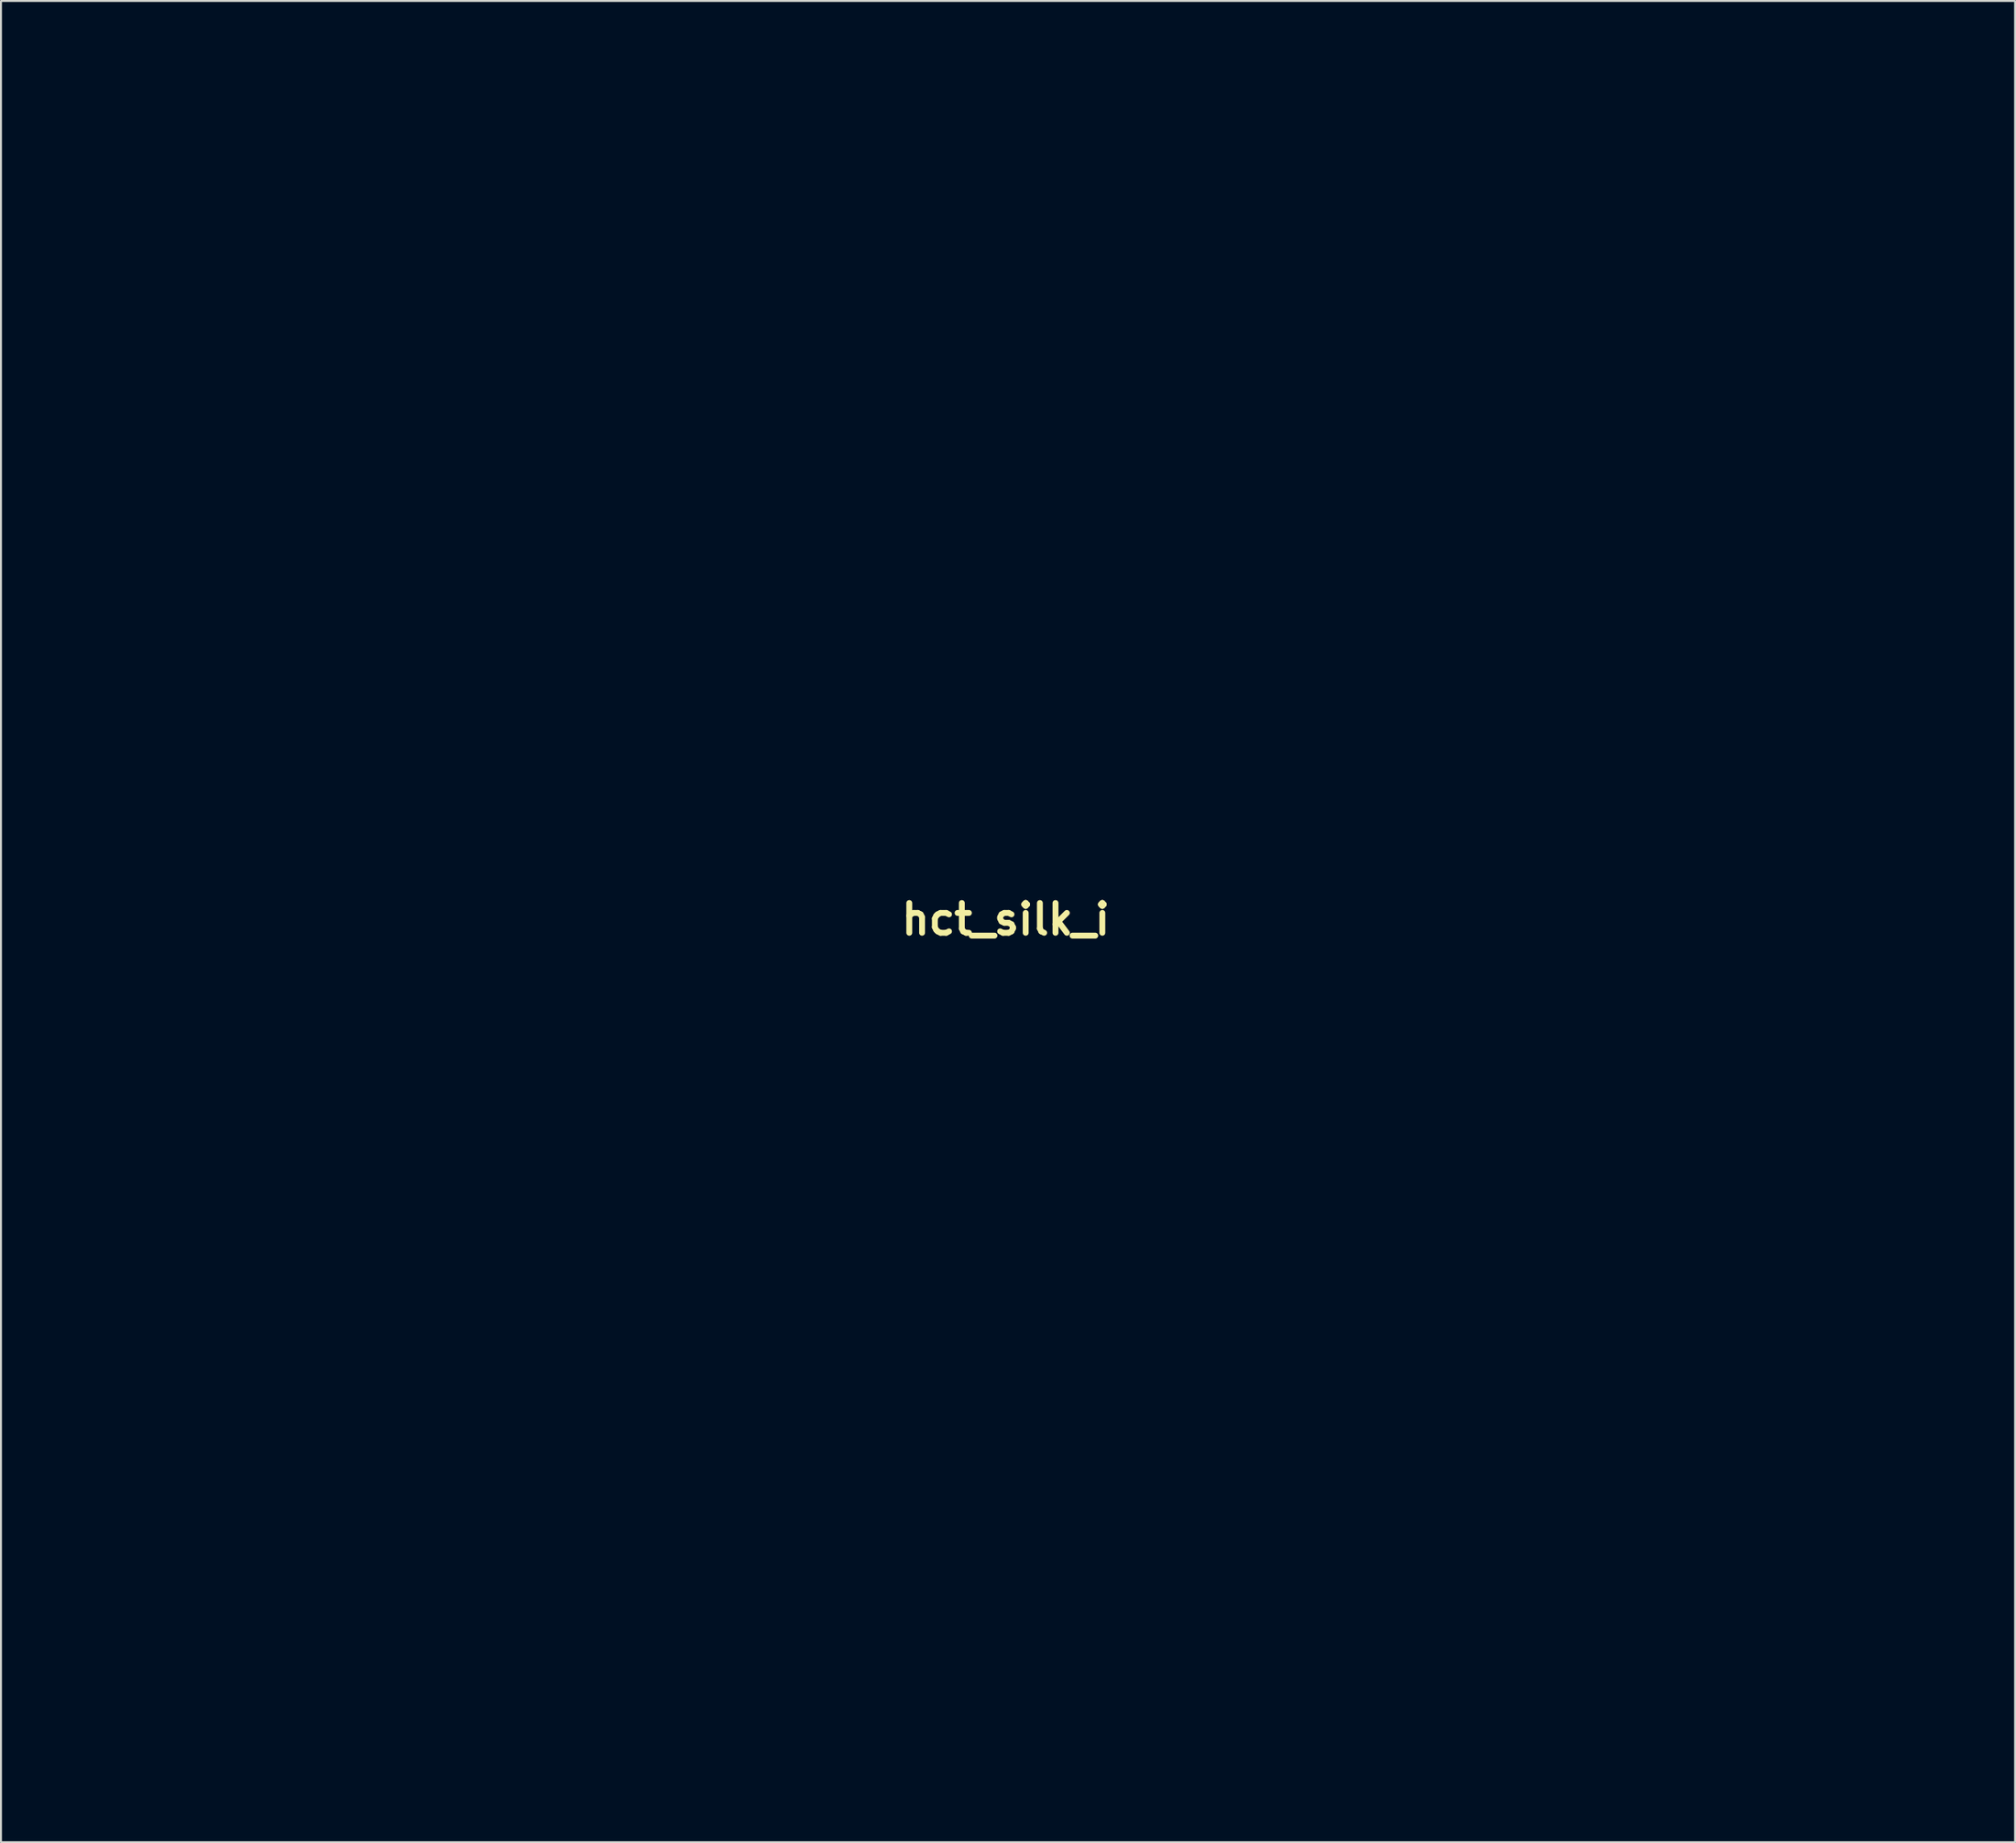
<source format=kicad_pcb>
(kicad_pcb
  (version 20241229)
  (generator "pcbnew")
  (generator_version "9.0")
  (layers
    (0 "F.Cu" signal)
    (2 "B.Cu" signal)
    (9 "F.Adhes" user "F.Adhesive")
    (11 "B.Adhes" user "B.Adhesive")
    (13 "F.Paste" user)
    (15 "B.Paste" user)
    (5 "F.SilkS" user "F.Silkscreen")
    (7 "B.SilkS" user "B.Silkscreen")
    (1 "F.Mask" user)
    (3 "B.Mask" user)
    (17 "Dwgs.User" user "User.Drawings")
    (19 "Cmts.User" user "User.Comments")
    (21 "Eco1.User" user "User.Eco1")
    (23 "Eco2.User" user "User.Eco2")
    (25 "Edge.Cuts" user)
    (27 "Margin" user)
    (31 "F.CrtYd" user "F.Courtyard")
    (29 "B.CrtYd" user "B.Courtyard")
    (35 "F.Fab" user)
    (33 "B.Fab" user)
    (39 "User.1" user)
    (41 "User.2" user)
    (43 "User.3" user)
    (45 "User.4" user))
  (footprint "hct_silk_i"
    (layer "F.Cu")
    (at 48.375 43.958)
    (property "Reference" "hct_silk_i" (at 0 0 0) (layer "F.SilkS") (effects (font (size 1.524 1.524) (thickness 0.3))))
    (attr through_hole)
    (fp_poly (pts (xy -45.72 43.843) (xy -45.83 43.953) (xy -45.941 43.843) (xy -45.83 43.732) (xy -45.72 43.843)) (stroke (width 0.01) (type solid)) (fill yes) (layer "F.Mask"))
    (fp_poly (pts (xy -44.174 43.843) (xy -44.284 43.953) (xy -44.395 43.843) (xy -44.284 43.732) (xy -44.174 43.843)) (stroke (width 0.01) (type solid)) (fill yes) (layer "F.Mask"))
    (fp_poly (pts (xy -43.29 -10.05) (xy -43.401 -9.939) (xy -43.511 -10.05) (xy -43.401 -10.16) (xy -43.29 -10.05)) (stroke (width 0.01) (type solid)) (fill yes) (layer "F.Mask"))
    (fp_poly (pts (xy 5.08 35.891) (xy 4.97 36.002) (xy 4.859 35.891) (xy 4.97 35.781) (xy 5.08 35.891)) (stroke (width 0.01) (type solid)) (fill yes) (layer "F.Mask"))
    (fp_poly (pts (xy -17.046 -36.32) (xy -17.029 -36.075) (xy -16.949 -35.512) (xy -16.873 -35.247) (xy -16.893 -34.951) (xy -17.094 -34.897) (xy -17.39 -35.035) (xy -17.427 -35.173) (xy -17.346 -35.586) (xy -17.228 -36.002) (xy -17.099 -36.364) (xy -17.046 -36.32)) (stroke (width 0.01) (type solid)) (fill yes) (layer "F.Mask"))
    (fp_poly (pts (xy -13.424 -37.435) (xy -13.29 -37.355) (xy -13.079 -37.004) (xy -13.076 -36.498) (xy -13.247 -36.035) (xy -13.528 -35.822) (xy -13.779 -35.853) (xy -13.892 -36.139) (xy -13.915 -36.648) (xy -13.877 -37.271) (xy -13.731 -37.514) (xy -13.424 -37.435)) (stroke (width 0.01) (type solid)) (fill yes) (layer "F.Mask"))
    (fp_poly (pts (xy -9.89 -37.435) (xy -9.756 -37.355) (xy -9.545 -37.004) (xy -9.542 -36.498) (xy -9.713 -36.035) (xy -9.994 -35.822) (xy -10.245 -35.853) (xy -10.358 -36.139) (xy -10.381 -36.648) (xy -10.343 -37.271) (xy -10.197 -37.514) (xy -9.89 -37.435)) (stroke (width 0.01) (type solid)) (fill yes) (layer "F.Mask"))
    (fp_poly (pts (xy 6.206 -37.334) (xy 6.347 -36.802) (xy 6.403 -35.871) (xy 6.405 -35.547) (xy 6.394 -34.666) (xy 6.348 -34.139) (xy 6.246 -33.879) (xy 6.068 -33.796) (xy 6 -33.793) (xy 5.58 -33.865) (xy 5.448 -33.94) (xy 5.331 -34.287) (xy 5.284 -34.92) (xy 5.3 -35.69) (xy 5.37 -36.449) (xy 5.488 -37.046) (xy 5.622 -37.319) (xy 5.969 -37.496) (xy 6.206 -37.334)) (stroke (width 0.01) (type solid)) (fill yes) (layer "F.Mask"))
    (fp_poly (pts (xy 9.961 -37.334) (xy 10.101 -36.802) (xy 10.158 -35.871) (xy 10.16 -35.547) (xy 10.149 -34.666) (xy 10.103 -34.139) (xy 10.001 -33.879) (xy 9.823 -33.796) (xy 9.755 -33.793) (xy 9.335 -33.865) (xy 9.203 -33.94) (xy 9.086 -34.287) (xy 9.039 -34.92) (xy 9.055 -35.69) (xy 9.125 -36.449) (xy 9.243 -37.046) (xy 9.377 -37.319) (xy 9.724 -37.496) (xy 9.961 -37.334)) (stroke (width 0.01) (type solid)) (fill yes) (layer "F.Mask"))
    (fp_poly (pts (xy 41.288 41.279) (xy 41.358 41.294) (xy 41.878 41.497) (xy 41.994 41.763) (xy 41.885 42.52) (xy 42.065 43.085) (xy 42.5 43.561) (xy 43.18 44.162) (xy 40.53 44.162) (xy 37.879 44.162) (xy 38.672 43.424) (xy 39.177 42.993) (xy 39.601 42.792) (xy 40.14 42.759) (xy 40.64 42.799) (xy 41.815 42.912) (xy 41.227 42.142) (xy 40.87 41.649) (xy 40.662 41.314) (xy 40.64 41.254) (xy 40.828 41.217) (xy 41.288 41.279)) (stroke (width 0.01) (type solid)) (fill yes) (layer "F.Mask"))
    (fp_poly (pts (xy -21.442 -29.272) (xy -21.118 -29.081) (xy -20.541 -28.703) (xy -20.541 -25.55) (xy -20.558 -24.078) (xy -20.611 -23.028) (xy -20.701 -22.379) (xy -20.806 -22.131) (xy -21.291 -21.895) (xy -21.914 -21.874) (xy -22.479 -22.049) (xy -22.748 -22.305) (xy -22.843 -22.722) (xy -22.905 -23.515) (xy -22.931 -24.62) (xy -22.921 -25.776) (xy -22.895 -26.985) (xy -22.862 -27.829) (xy -22.808 -28.384) (xy -22.719 -28.726) (xy -22.58 -28.932) (xy -22.377 -29.077) (xy -22.278 -29.134) (xy -21.817 -29.335) (xy -21.442 -29.272)) (stroke (width 0.01) (type solid)) (fill yes) (layer "F.Mask"))
    (fp_poly (pts (xy 46.737 28.674) (xy 46.728 28.69) (xy 46.726 28.926) (xy 46.811 28.962) (xy 47.206 29.013) (xy 47.233 29.017) (xy 47.504 29.175) (xy 47.928 29.527) (xy 48.002 29.597) (xy 48.224 29.819) (xy 48.38 30.047) (xy 48.484 30.358) (xy 48.545 30.827) (xy 48.575 31.529) (xy 48.586 32.542) (xy 48.587 33.528) (xy 48.591 36.906) (xy 47.984 37.437) (xy 47.357 37.815) (xy 46.478 38.147) (xy 45.537 38.37) (xy 44.881 38.431) (xy 44.5 38.333) (xy 43.873 38.078) (xy 43.18 37.743) (xy 42.456 37.349) (xy 41.866 36.996) (xy 41.556 36.774) (xy 41.363 36.305) (xy 41.472 35.609) (xy 41.864 34.762) (xy 42.201 34.249) (xy 42.574 33.707) (xy 42.808 33.315) (xy 42.849 33.208) (xy 42.971 32.956) (xy 43.277 32.504) (xy 43.401 32.338) (xy 43.746 31.853) (xy 43.939 31.523) (xy 43.953 31.473) (xy 44.096 31.203) (xy 44.463 30.726) (xy 44.964 30.144) (xy 45.508 29.558) (xy 46.004 29.072) (xy 46.329 28.807) (xy 46.663 28.627) (xy 46.737 28.674)) (stroke (width 0.01) (type solid)) (fill yes) (layer "F.Mask"))
    (fp_poly (pts (xy 48.591 -13.915) (xy -42.648 -13.915) (xy -43.552 -12.031) (xy -43.927 -11.202) (xy -44.192 -10.525) (xy -44.312 -10.093) (xy -44.303 -9.994) (xy -44.012 -9.903) (xy -43.43 -9.831) (xy -42.957 -9.805) (xy -41.968 -9.684) (xy -41.386 -9.391) (xy -41.385 -9.39) (xy -41.02 -9.151) (xy -40.516 -9.119) (xy -40.105 -9.181) (xy -38.832 -9.321) (xy -37.87 -9.18) (xy -37.171 -8.735) (xy -36.686 -7.96) (xy -36.491 -7.379) (xy -36.237 -6.473) (xy -35.958 -5.528) (xy -35.879 -5.271) (xy -35.655 -4.408) (xy -35.6 -3.671) (xy -35.736 -2.933) (xy -36.083 -2.066) (xy -36.558 -1.137) (xy -36.987 -0.317) (xy -37.323 0.361) (xy -37.518 0.801) (xy -37.548 0.906) (xy -37.361 1.057) (xy -37.051 1.095) (xy -36.736 1.038) (xy -36.334 0.851) (xy -35.786 0.495) (xy -35.033 -0.067) (xy -34.018 -0.875) (xy -33.789 -1.06) (xy -33.065 -1.606) (xy -32.483 -1.891) (xy -31.966 -1.895) (xy -31.433 -1.597) (xy -30.805 -0.975) (xy -30.051 -0.068) (xy -28.202 2.236) (xy -26.597 4.223) (xy -25.209 5.926) (xy -24.011 7.377) (xy -22.977 8.608) (xy -22.079 9.651) (xy -21.291 10.54) (xy -20.791 11.086) (xy -19.826 12.126) (xy -18.892 10.857) (xy -18.271 10.087) (xy -17.593 9.358) (xy -17.087 8.898) (xy -16.638 8.513) (xy -16.349 8.139) (xy -16.233 7.841) (xy -13.694 7.841) (xy -13.583 7.951) (xy -13.082 7.951) (xy -13.047 8.073) (xy -12.793 8.359) (xy -12.44 8.695) (xy -12.11 8.962) (xy -11.944 9.049) (xy -12.012 8.914) (xy -12.302 8.575) (xy -12.369 8.503) (xy -12.772 8.13) (xy -13.064 7.953) (xy -13.082 7.951) (xy -13.583 7.951) (xy -13.473 7.841) (xy -13.583 7.73) (xy -13.694 7.841) (xy -16.233 7.841) (xy -16.164 7.665) (xy -14.881 7.665) (xy -14.577 7.696) (xy -14.264 7.661) (xy -14.284 7.62) (xy 7.357 7.62) (xy 7.369 8.207) (xy 7.401 8.465) (xy 7.447 8.342) (xy 7.485 7.67) (xy 7.449 7.017) (xy 7.404 6.834) (xy 7.371 7.048) (xy 7.357 7.61) (xy 7.357 7.62) (xy -14.284 7.62) (xy -14.301 7.584) (xy -14.754 7.555) (xy -14.853 7.584) (xy -14.881 7.665) (xy -16.164 7.665) (xy -16.157 7.646) (xy -15.998 6.901) (xy -15.927 6.492) (xy -15.688 5.383) (xy -15.325 4.077) (xy -14.88 2.694) (xy -14.394 1.356) (xy -14.107 0.659) (xy -10.801 0.659) (xy -10.664 1.751) (xy -10.405 2.834) (xy -10.05 3.818) (xy -9.624 4.616) (xy -9.154 5.139) (xy -8.721 5.301) (xy -8.411 5.122) (xy -8.088 4.688) (xy -8.067 4.649) (xy -7.832 3.865) (xy -5.522 3.865) (xy -5.411 3.976) (xy -5.301 3.865) (xy -5.411 3.755) (xy -5.522 3.865) (xy -7.832 3.865) (xy -7.808 3.788) (xy -7.736 2.682) (xy -7.747 2.54) (xy -5.08 2.54) (xy -4.97 2.65) (xy -4.859 2.54) (xy -4.97 2.43) (xy -5.08 2.54) (xy -7.747 2.54) (xy -7.83 1.473) (xy -7.838 1.436) (xy -4.638 1.436) (xy -4.528 1.546) (xy -4.417 1.436) (xy -4.528 1.325) (xy -4.638 1.436) (xy -7.838 1.436) (xy -8 0.659) (xy -0.862 0.659) (xy -0.725 1.751) (xy -0.466 2.834) (xy -0.111 3.818) (xy 0.315 4.616) (xy 0.785 5.139) (xy 1.218 5.301) (xy 7.51 5.301) (xy 7.59 5.483) (xy 7.657 5.448) (xy 7.683 5.186) (xy 7.657 5.154) (xy 7.526 5.184) (xy 7.51 5.301) (xy 1.218 5.301) (xy 1.528 5.122) (xy 1.851 4.688) (xy 1.872 4.649) (xy 2.113 3.847) (xy 7.748 3.847) (xy 7.788 4.133) (xy 7.864 4.137) (xy 7.917 3.841) (xy 7.881 3.713) (xy 7.783 3.63) (xy 7.748 3.847) (xy 2.113 3.847) (xy 2.131 3.788) (xy 2.191 2.871) (xy 7.951 2.871) (xy 8.032 3.053) (xy 8.099 3.019) (xy 8.125 2.756) (xy 8.099 2.724) (xy 7.967 2.754) (xy 7.951 2.871) (xy 2.191 2.871) (xy 2.204 2.682) (xy 2.132 1.767) (xy 8.393 1.767) (xy 8.474 1.949) (xy 8.54 1.914) (xy 8.567 1.652) (xy 8.54 1.62) (xy 8.409 1.65) (xy 8.393 1.767) (xy 2.132 1.767) (xy 2.109 1.473) (xy 2.055 1.215) (xy 8.614 1.215) (xy 8.724 1.325) (xy 8.835 1.215) (xy 8.724 1.104) (xy 8.614 1.215) (xy 2.055 1.215) (xy 1.963 0.773) (xy 8.835 0.773) (xy 8.945 0.883) (xy 9.056 0.773) (xy 8.945 0.663) (xy 8.835 0.773) (xy 1.963 0.773) (xy 1.864 0.299) (xy 1.793 0.11) (xy 2.209 0.11) (xy 2.319 0.221) (xy 2.43 0.11) (xy 9.056 0.11) (xy 9.166 0.221) (xy 9.277 0.11) (xy 9.166 0) (xy 9.056 0.11) (xy 2.43 0.11) (xy 2.319 0) (xy 2.209 0.11) (xy 1.793 0.11) (xy 1.489 -0.697) (xy 1.101 -1.278) (xy 0.52 -1.687) (xy -0.057 -1.748) (xy -0.518 -1.467) (xy -0.668 -1.2) (xy -0.852 -0.354) (xy -0.862 0.659) (xy -8 0.659) (xy -8.075 0.299) (xy -8.146 0.11) (xy -7.73 0.11) (xy -7.62 0.221) (xy -7.51 0.11) (xy -7.62 0) (xy -7.73 0.11) (xy -8.146 0.11) (xy -8.45 -0.697) (xy -8.838 -1.278) (xy -9.419 -1.687) (xy -9.996 -1.748) (xy -10.457 -1.467) (xy -10.607 -1.2) (xy -10.791 -0.354) (xy -10.801 0.659) (xy -14.107 0.659) (xy -13.909 0.181) (xy -13.467 -0.711) (xy -13.374 -0.865) (xy -13.041 -1.435) (xy -12.839 -1.861) (xy -12.81 -1.972) (xy -12.641 -2.245) (xy -12.424 -2.403) (xy -12.144 -2.638) (xy -12.118 -2.762) (xy -12.061 -3.061) (xy -11.757 -3.618) (xy -11.332 -4.25) (xy -5.712 -4.25) (xy -5.57 -3.18) (xy -5.287 -2.134) (xy -4.866 -1.2) (xy -4.495 -0.664) (xy -4.117 -0.258) (xy -3.866 -0.07) (xy -3.83 -0.072) (xy -3.677 -0.295) (xy -3.367 -0.788) (xy -2.991 -1.405) (xy -2.64 -2.052) (xy -2.445 -2.544) (xy -2.447 -2.772) (xy -2.597 -3.063) (xy -2.65 -3.508) (xy -2.667 -3.644) (xy -1.988 -3.644) (xy -1.877 -3.534) (xy -1.767 -3.644) (xy -1.877 -3.755) (xy -1.988 -3.644) (xy -2.667 -3.644) (xy -2.743 -4.251) (xy 4.228 -4.251) (xy 4.368 -3.181) (xy 4.649 -2.137) (xy 5.068 -1.206) (xy 5.436 -0.673) (xy 5.971 -0.156) (xy 6.408 -0.044) (xy 6.815 -0.336) (xy 7.008 -0.598) (xy 7.086 -0.791) (xy 12.569 -0.791) (xy 12.632 0.069) (xy 12.858 1.099) (xy 13.203 1.959) (xy 13.623 2.605) (xy 14.072 2.991) (xy 14.506 3.072) (xy 14.878 2.801) (xy 15.039 2.487) (xy 15.25 1.559) (xy 15.249 0.551) (xy 15.069 -0.442) (xy 14.945 -0.773) (xy 15.461 -0.773) (xy 15.571 -0.663) (xy 15.682 -0.773) (xy 15.571 -0.883) (xy 15.461 -0.773) (xy 14.945 -0.773) (xy 14.739 -1.325) (xy 14.289 -2.004) (xy 13.749 -2.382) (xy 13.471 -2.43) (xy 12.98 -2.233) (xy 12.674 -1.673) (xy 12.569 -0.791) (xy 7.086 -0.791) (xy 7.301 -1.325) (xy 7.364 -1.877) (xy 10.16 -1.877) (xy 10.27 -1.767) (xy 10.381 -1.877) (xy 10.27 -1.988) (xy 10.16 -1.877) (xy 7.364 -1.877) (xy 7.405 -2.243) (xy 7.401 -2.319) (xy 10.381 -2.319) (xy 10.491 -2.209) (xy 10.602 -2.319) (xy 10.491 -2.43) (xy 10.381 -2.319) (xy 7.401 -2.319) (xy 7.359 -3.028) (xy 11.043 -3.028) (xy 11.087 -2.873) (xy 11.106 -2.89) (xy 11.271 -3.12) (xy 11.492 -3.423) (xy 11.7 -3.724) (xy 11.623 -3.71) (xy 11.43 -3.562) (xy 11.12 -3.226) (xy 11.043 -3.028) (xy 7.359 -3.028) (xy 7.345 -3.268) (xy 7.145 -4.314) (xy 7.107 -4.432) (xy 11.981 -4.432) (xy 12.011 -4.417) (xy 12.213 -4.573) (xy 12.258 -4.638) (xy 12.292 -4.762) (xy 17.025 -4.762) (xy 17.112 -3.818) (xy 17.391 -2.836) (xy 17.799 -2.029) (xy 18.281 -1.444) (xy 18.784 -1.129) (xy 19.253 -1.135) (xy 19.636 -1.507) (xy 19.65 -1.532) (xy 19.829 -2.183) (xy 19.867 -3.083) (xy 19.773 -4.064) (xy 19.556 -4.959) (xy 19.45 -5.228) (xy 18.951 -6.037) (xy 18.417 -6.447) (xy 17.901 -6.491) (xy 17.461 -6.203) (xy 17.15 -5.615) (xy 17.025 -4.762) (xy 12.292 -4.762) (xy 12.315 -4.845) (xy 12.284 -4.859) (xy 12.083 -4.704) (xy 12.037 -4.638) (xy 11.981 -4.432) (xy 7.107 -4.432) (xy 6.829 -5.297) (xy 6.42 -6.134) (xy 5.945 -6.74) (xy 5.425 -7.03) (xy 5.16 -7.031) (xy 4.696 -6.735) (xy 4.388 -6.114) (xy 4.234 -5.257) (xy 4.228 -4.251) (xy -2.743 -4.251) (xy -2.763 -4.41) (xy -3.061 -5.307) (xy -3.489 -6.103) (xy -3.649 -6.295) (xy 0 -6.295) (xy 0.11 -6.184) (xy 0.221 -6.295) (xy 0.11 -6.405) (xy 0 -6.295) (xy -3.649 -6.295) (xy -3.99 -6.704) (xy -4.506 -7.017) (xy -4.779 -7.031) (xy -5.244 -6.734) (xy -5.552 -6.114) (xy -5.707 -5.257) (xy -5.712 -4.25) (xy -11.332 -4.25) (xy -11.257 -4.362) (xy -10.612 -5.225) (xy -9.873 -6.138) (xy -9.091 -7.032) (xy -8.41 -7.748) (xy -7.399 -8.718) (xy -6.524 -9.443) (xy -5.649 -10.028) (xy -5.199 -10.27) (xy 2.209 -10.27) (xy 2.319 -10.16) (xy 2.43 -10.27) (xy 2.319 -10.381) (xy 2.209 -10.27) (xy -5.199 -10.27) (xy -4.636 -10.574) (xy -4.605 -10.589) (xy -3.653 -11.044) (xy -2.936 -11.325) (xy -2.301 -11.475) (xy -1.596 -11.533) (xy -1.071 -11.542) (xy 0.299 -11.459) (xy 1.401 -11.168) (xy 2.379 -10.618) (xy 2.929 -10.176) (xy 3.728 -9.475) (xy 4.617 -10.036) (xy 5.067 -10.27) (xy 12.148 -10.27) (xy 12.258 -10.16) (xy 12.369 -10.27) (xy 12.258 -10.381) (xy 12.148 -10.27) (xy 5.067 -10.27) (xy 6.093 -10.805) (xy 7.61 -11.302) (xy 9.025 -11.483) (xy 9.056 -11.483) (xy 10.537 -11.269) (xy 11.914 -10.665) (xy 13.109 -9.724) (xy 14.046 -8.496) (xy 14.311 -7.981) (xy 14.55 -7.457) (xy 14.699 -7.14) (xy 14.715 -7.108) (xy 14.899 -7.188) (xy 15.337 -7.467) (xy 15.848 -7.823) (xy 17.53 -8.856) (xy 19.194 -9.542) (xy 20.794 -9.878) (xy 22.288 -9.861) (xy 23.63 -9.487) (xy 24.776 -8.751) (xy 24.969 -8.569) (xy 25.493 -7.952) (xy 25.948 -7.256) (xy 26.271 -6.597) (xy 26.402 -6.093) (xy 26.368 -5.922) (xy 26.35 -5.777) (xy 26.454 -5.822) (xy 26.648 -5.738) (xy 26.826 -5.299) (xy 26.974 -4.592) (xy 27.078 -3.703) (xy 27.125 -2.718) (xy 27.102 -1.725) (xy 27.097 -1.657) (xy 26.751 0.613) (xy 26.063 2.912) (xy 25.082 5.124) (xy 23.86 7.129) (xy 22.819 8.421) (xy 22.211 9.101) (xy 21.738 9.663) (xy 21.465 10.027) (xy 21.424 10.112) (xy 21.257 10.425) (xy 20.812 10.917) (xy 20.17 11.512) (xy 19.415 12.133) (xy 18.63 12.706) (xy 18.477 12.808) (xy 17.875 13.228) (xy 17.508 13.541) (xy 17.439 13.689) (xy 17.468 13.694) (xy 18.002 13.534) (xy 18.749 13.094) (xy 19.641 12.435) (xy 20.608 11.617) (xy 21.581 10.699) (xy 22.492 9.744) (xy 22.645 9.561) (xy 30.074 9.561) (xy 30.128 9.684) (xy 30.35 9.921) (xy 30.478 9.873) (xy 30.48 9.842) (xy 30.323 9.655) (xy 30.225 9.587) (xy 30.074 9.561) (xy 22.645 9.561) (xy 23.272 8.809) (xy 23.65 8.283) (xy 24.128 7.603) (xy 24.537 7.098) (xy 24.803 6.857) (xy 24.835 6.848) (xy 25.145 6.918) (xy 25.748 7.102) (xy 26.518 7.361) (xy 26.615 7.395) (xy 27.367 7.659) (xy 27.933 7.855) (xy 28.207 7.945) (xy 28.216 7.947) (xy 28.26 7.763) (xy 28.275 7.454) (xy 28.289 7.118) (xy 28.372 7.156) (xy 28.551 7.492) (xy 28.865 7.95) (xy 29.154 8.142) (xy 29.327 8.043) (xy 29.313 7.704) (xy 29.268 7.399) (xy 30.038 7.399) (xy 30.149 7.51) (xy 30.259 7.399) (xy 30.149 7.289) (xy 30.038 7.399) (xy 29.268 7.399) (xy 29.249 7.267) (xy 30.48 7.267) (xy 30.61 7.494) (xy 30.926 7.395) (xy 31.078 7.265) (xy 31.328 7.182) (xy 31.569 7.482) (xy 32.016 7.981) (xy 32.679 8.4) (xy 33.337 8.602) (xy 33.392 8.605) (xy 33.881 8.535) (xy 34.319 8.403) (xy 35.041 7.984) (xy 35.209 7.841) (xy 36.664 7.841) (xy 36.775 7.951) (xy 36.885 7.841) (xy 36.775 7.73) (xy 36.664 7.841) (xy 35.209 7.841) (xy 35.875 7.273) (xy 36.724 6.365) (xy 37.49 5.357) (xy 37.578 5.223) (xy 38.537 3.451) (xy 39.325 1.415) (xy 39.89 -0.723) (xy 40.185 -2.805) (xy 40.212 -3.342) (xy 40.296 -4.449) (xy 40.472 -5.159) (xy 40.586 -5.348) (xy 40.83 -5.835) (xy 40.699 -6.187) (xy 40.253 -6.301) (xy 40.037 -6.266) (xy 39.533 -6.077) (xy 39.263 -5.874) (xy 39.105 -5.449) (xy 39.192 -5.139) (xy 39.347 -5.08) (xy 39.464 -4.878) (xy 39.512 -4.332) (xy 39.5 -3.535) (xy 39.432 -2.58) (xy 39.316 -1.558) (xy 39.157 -0.562) (xy 38.985 0.233) (xy 38.378 2.079) (xy 37.555 3.811) (xy 36.58 5.309) (xy 35.876 6.118) (xy 35.242 6.728) (xy 34.775 7.08) (xy 34.35 7.243) (xy 33.838 7.288) (xy 33.717 7.289) (xy 33.021 7.234) (xy 32.545 7.006) (xy 32.156 6.609) (xy 31.753 5.954) (xy 31.585 5.307) (xy 31.584 5.284) (xy 31.523 4.826) (xy 31.379 4.638) (xy 31.228 4.83) (xy 31.016 5.312) (xy 30.792 5.946) (xy 30.601 6.597) (xy 30.491 7.124) (xy 30.48 7.267) (xy 29.249 7.267) (xy 29.093 6.2) (xy 29.059 4.409) (xy 29.2 2.442) (xy 29.508 0.408) (xy 29.972 -1.582) (xy 30.159 -2.212) (xy 30.564 -3.314) (xy 32.256 -3.314) (xy 32.302 -2.327) (xy 32.45 -1.289) (xy 32.68 -0.384) (xy 32.762 -0.165) (xy 33.104 0.416) (xy 33.463 0.651) (xy 33.772 0.511) (xy 33.88 0.313) (xy 33.992 -0.287) (xy 34.017 -1.155) (xy 33.965 -2.128) (xy 33.844 -3.044) (xy 33.663 -3.739) (xy 33.659 -3.75) (xy 33.301 -4.375) (xy 32.914 -4.642) (xy 32.566 -4.535) (xy 32.333 -4.066) (xy 32.256 -3.314) (xy 30.564 -3.314) (xy 30.86 -4.122) (xy 31.74 -6.009) (xy 31.95 -6.378) (xy 35.21 -6.378) (xy 35.336 -5.383) (xy 35.587 -4.463) (xy 35.897 -3.826) (xy 36.278 -3.393) (xy 36.602 -3.387) (xy 36.877 -3.74) (xy 37.078 -4.37) (xy 37.137 -5.162) (xy 37.077 -6.033) (xy 36.917 -6.9) (xy 36.68 -7.677) (xy 36.386 -8.283) (xy 36.058 -8.632) (xy 35.716 -8.642) (xy 35.643 -8.591) (xy 35.357 -8.105) (xy 35.215 -7.326) (xy 35.21 -6.378) (xy 31.95 -6.378) (xy 32.732 -7.754) (xy 33.773 -9.233) (xy 34.238 -9.779) (xy 35.286 -10.814) (xy 36.229 -11.494) (xy 37.147 -11.863) (xy 37.996 -11.967) (xy 39.057 -11.78) (xy 39.945 -11.191) (xy 40.658 -10.207) (xy 41.19 -8.834) (xy 41.539 -7.081) (xy 41.671 -5.632) (xy 41.634 -2.991) (xy 41.221 -0.28) (xy 40.456 2.472) (xy 40.126 3.347) (xy 39.707 4.302) (xy 39.24 5.258) (xy 38.767 6.141) (xy 38.329 6.873) (xy 37.969 7.378) (xy 37.727 7.581) (xy 37.678 7.566) (xy 37.619 7.605) (xy 37.684 7.829) (xy 37.739 8.116) (xy 37.588 8.086) (xy 37.419 8.077) (xy 37.452 8.24) (xy 37.368 8.556) (xy 37.019 9.093) (xy 36.458 9.772) (xy 36.4 9.835) (xy 35.912 10.4) (xy 35.652 10.765) (xy 35.654 10.881) (xy 35.723 10.853) (xy 36.284 10.416) (xy 36.974 9.671) (xy 37.726 8.704) (xy 38.473 7.603) (xy 38.523 7.518) (xy 39.315 7.518) (xy 39.406 7.865) (xy 39.628 8.363) (xy 39.909 8.878) (xy 40.173 9.275) (xy 40.346 9.418) (xy 40.358 9.411) (xy 40.522 9.144) (xy 40.621 8.945) (xy 44.616 8.945) (xy 44.726 9.056) (xy 44.837 8.945) (xy 44.726 8.835) (xy 44.616 8.945) (xy 40.621 8.945) (xy 40.777 8.63) (xy 40.876 8.414) (xy 41.087 7.856) (xy 41.157 7.481) (xy 41.137 7.417) (xy 40.832 7.314) (xy 40.324 7.287) (xy 39.79 7.328) (xy 39.404 7.426) (xy 39.315 7.518) (xy 38.523 7.518) (xy 39.149 6.456) (xy 39.297 6.177) (xy 39.694 5.411) (xy 42.849 5.411) (xy 42.959 5.522) (xy 43.07 5.411) (xy 42.959 5.301) (xy 42.849 5.411) (xy 39.694 5.411) (xy 39.718 5.364) (xy 40.059 4.714) (xy 40.272 4.316) (xy 40.319 4.236) (xy 40.53 4.285) (xy 40.998 4.488) (xy 41.272 4.623) (xy 41.826 4.896) (xy 42.191 5.06) (xy 42.257 5.08) (xy 42.381 4.883) (xy 42.64 4.329) (xy 43.009 3.475) (xy 43.468 2.378) (xy 43.993 1.093) (xy 44.562 -0.322) (xy 45.153 -1.811) (xy 45.743 -3.318) (xy 46.309 -4.786) (xy 46.829 -6.159) (xy 47.28 -7.38) (xy 47.641 -8.392) (xy 47.747 -8.706) (xy 48.481 -10.896) (xy 48.538 -0.963) (xy 48.596 8.97) (xy 47.405 11.608) (xy 46.841 12.843) (xy 46.166 14.299) (xy 45.459 15.804) (xy 44.804 17.181) (xy 44.753 17.288) (xy 44.247 18.347) (xy 43.817 19.259) (xy 43.496 19.954) (xy 43.316 20.36) (xy 43.29 20.433) (xy 43.194 20.705) (xy 42.923 21.308) (xy 42.51 22.181) (xy 41.984 23.265) (xy 41.375 24.498) (xy 40.713 25.821) (xy 40.03 27.171) (xy 39.355 28.49) (xy 38.718 29.716) (xy 38.15 30.788) (xy 37.771 31.483) (xy 36.876 33.094) (xy 35.947 34.754) (xy 35.014 36.411) (xy 34.105 38.015) (xy 33.251 39.513) (xy 32.481 40.855) (xy 31.823 41.988) (xy 31.308 42.863) (xy 30.965 43.426) (xy 30.873 43.567) (xy 30.45 44.174) (xy 21.895 44.174) (xy 24.451 39.922) (xy 25.672 37.874) (xy 26.881 35.814) (xy 28.061 33.775) (xy 29.195 31.788) (xy 30.264 29.885) (xy 31.252 28.1) (xy 32.14 26.465) (xy 32.912 25.011) (xy 33.55 23.77) (xy 34.035 22.777) (xy 34.352 22.061) (xy 34.482 21.657) (xy 34.408 21.596) (xy 34.376 21.619) (xy 34.251 21.649) (xy 34.141 21.475) (xy 34.032 21.045) (xy 33.915 20.305) (xy 33.776 19.201) (xy 33.707 18.609) (xy 33.522 16.976) (xy 33.385 15.792) (xy 41.744 15.792) (xy 41.855 15.903) (xy 41.965 15.792) (xy 41.855 15.682) (xy 41.744 15.792) (xy 33.385 15.792) (xy 33.378 15.73) (xy 33.263 14.822) (xy 33.165 14.2) (xy 33.074 13.815) (xy 32.976 13.614) (xy 32.924 13.583) (xy 36.664 13.583) (xy 36.775 13.694) (xy 36.885 13.583) (xy 36.775 13.473) (xy 36.664 13.583) (xy 32.924 13.583) (xy 32.861 13.547) (xy 32.717 13.565) (xy 32.552 13.61) (xy 31.528 13.652) (xy 30.509 13.316) (xy 29.589 12.655) (xy 28.861 11.724) (xy 28.686 11.384) (xy 28.468 10.933) (xy 30.922 10.933) (xy 31.032 11.043) (xy 31.143 10.933) (xy 31.032 10.823) (xy 30.922 10.933) (xy 28.468 10.933) (xy 28.445 10.887) (xy 28.298 10.646) (xy 28.276 10.651) (xy 28.097 10.695) (xy 27.672 10.577) (xy 27.664 10.574) (xy 27.374 10.491) (xy 30.48 10.491) (xy 30.59 10.602) (xy 30.701 10.491) (xy 30.59 10.381) (xy 30.48 10.491) (xy 27.374 10.491) (xy 27.034 10.394) (xy 26.37 10.27) (xy 28.05 10.27) (xy 28.161 10.381) (xy 28.271 10.27) (xy 28.161 10.16) (xy 28.05 10.27) (xy 26.37 10.27) (xy 26.187 10.236) (xy 25.28 10.119) (xy 24.467 10.062) (xy 23.905 10.085) (xy 23.852 10.097) (xy 23.494 10.302) (xy 23.412 10.479) (xy 23.554 10.743) (xy 23.939 11.246) (xy 24.502 11.911) (xy 25.003 12.466) (xy 26.133 13.712) (xy 27.02 14.743) (xy 27.646 15.534) (xy 27.988 16.058) (xy 28.048 16.237) (xy 27.948 16.552) (xy 27.694 17.085) (xy 27.555 17.342) (xy 27.331 17.794) (xy 27.185 18.271) (xy 27.102 18.881) (xy 27.065 19.734) (xy 27.058 20.683) (xy 27.072 21.888) (xy 27.149 22.751) (xy 27.339 23.372) (xy 27.692 23.85) (xy 28.259 24.286) (xy 29.088 24.779) (xy 29.126 24.8) (xy 30.09 25.478) (xy 30.65 26.227) (xy 30.841 27.126) (xy 30.714 28.189) (xy 30.493 28.944) (xy 30.169 29.447) (xy 29.62 29.886) (xy 29.586 29.909) (xy 28.713 30.486) (xy 28.712 29.876) (xy 28.502 28.985) (xy 27.869 28.091) (xy 26.806 27.187) (xy 26.321 26.86) (xy 25.529 26.324) (xy 24.978 25.846) (xy 24.542 25.284) (xy 24.093 24.499) (xy 23.943 24.209) (xy 23.537 23.449) (xy 23.198 22.869) (xy 22.98 22.558) (xy 22.939 22.53) (xy 22.742 22.727) (xy 22.506 23.244) (xy 22.267 23.965) (xy 22.064 24.775) (xy 21.934 25.559) (xy 21.925 25.654) (xy 21.874 26.57) (xy 21.932 27.364) (xy 22.132 28.142) (xy 22.505 29.008) (xy 23.085 30.068) (xy 23.529 30.814) (xy 24.074 31.723) (xy 24.523 32.493) (xy 24.832 33.048) (xy 24.958 33.31) (xy 24.959 33.316) (xy 24.758 33.379) (xy 24.229 33.406) (xy 23.487 33.39) (xy 23.468 33.389) (xy 22.602 33.32) (xy 22.023 33.182) (xy 21.576 32.927) (xy 21.314 32.703) (xy 20.729 32.212) (xy 19.993 31.657) (xy 19.629 31.403) (xy 19.054 31.001) (xy 18.688 30.657) (xy 18.471 30.248) (xy 18.338 29.653) (xy 18.23 28.752) (xy 18.218 28.647) (xy 18.08 27.691) (xy 17.879 27.119) (xy 17.556 26.876) (xy 17.057 26.904) (xy 16.611 27.04) (xy 15.712 27.358) (xy 15.498 26.324) (xy 15.381 25.718) (xy 15.214 24.793) (xy 15.016 23.667) (xy 14.81 22.456) (xy 14.772 22.231) (xy 14.585 21.157) (xy 14.417 20.281) (xy 14.283 19.673) (xy 14.199 19.404) (xy 14.183 19.406) (xy 14.193 19.689) (xy 14.268 20.334) (xy 14.398 21.266) (xy 14.574 22.41) (xy 14.762 23.568) (xy 14.975 24.891) (xy 15.158 26.114) (xy 15.299 27.15) (xy 15.385 27.911) (xy 15.407 28.271) (xy 15.406 29.349) (xy 15.462 30.104) (xy 15.605 30.651) (xy 15.864 31.109) (xy 16.245 31.568) (xy 16.877 32.172) (xy 17.565 32.694) (xy 17.834 32.854) (xy 18.666 33.393) (xy 19.192 34.039) (xy 19.467 34.896) (xy 19.546 36.067) (xy 19.546 36.074) (xy 19.477 37.343) (xy 19.249 38.277) (xy 18.827 38.969) (xy 18.219 39.48) (xy 17.724 39.79) (xy 17.41 39.964) (xy 17.369 39.977) (xy 17.301 39.779) (xy 17.222 39.274) (xy 17.181 38.901) (xy 16.868 37.68) (xy 16.172 36.656) (xy 15.161 35.853) (xy 13.909 34.947) (xy 12.958 33.92) (xy 12.183 32.63) (xy 12.013 32.275) (xy 11.662 31.476) (xy 11.399 30.809) (xy 11.27 30.394) (xy 11.264 30.342) (xy 11.087 30.072) (xy 10.939 30.038) (xy 10.683 30.253) (xy 10.383 30.882) (xy 10.138 31.608) (xy 9.893 32.525) (xy 9.765 33.358) (xy 9.735 34.295) (xy 9.769 35.242) (xy 9.832 36.138) (xy 9.939 36.903) (xy 10.124 37.627) (xy 10.417 38.397) (xy 10.852 39.3) (xy 11.46 40.426) (xy 12.063 41.49) (xy 12.501 42.305) (xy 12.836 43.019) (xy 13.014 43.516) (xy 13.03 43.622) (xy 12.991 43.851) (xy 12.809 43.983) (xy 12.391 44.046) (xy 11.645 44.063) (xy 11.43 44.063) (xy 10.59 44.051) (xy 10.072 43.991) (xy 9.757 43.847) (xy 9.528 43.583) (xy 9.454 43.47) (xy 9.097 43.054) (xy 8.496 42.497) (xy 7.77 41.908) (xy 7.645 41.814) (xy 6.936 41.241) (xy 6.359 40.688) (xy 6.02 40.26) (xy 5.99 40.198) (xy 5.86 39.725) (xy 5.711 38.956) (xy 5.568 38.038) (xy 5.534 37.778) (xy 5.403 36.901) (xy 5.258 36.189) (xy 5.124 35.76) (xy 5.086 35.698) (xy 4.737 35.628) (xy 4.094 35.74) (xy 3.255 36.014) (xy 2.953 36.136) (xy 2.775 35.999) (xy 2.62 35.454) (xy 2.545 34.962) (xy 2.398 34.099) (xy 2.196 33.287) (xy 2.07 32.921) (xy 1.888 32.347) (xy 1.851 31.92) (xy 1.863 31.875) (xy 1.828 31.651) (xy 1.727 31.642) (xy 1.512 31.49) (xy 1.308 31.049) (xy 1.287 30.977) (xy 1.109 30.492) (xy 0.934 30.262) (xy 0.917 30.259) (xy 0.734 30.46) (xy 0.513 30.995) (xy 0.284 31.76) (xy 0.073 32.653) (xy -0.09 33.568) (xy -0.171 34.279) (xy -0.202 35.257) (xy -0.123 36.149) (xy 0.095 37.051) (xy 0.481 38.058) (xy 1.062 39.266) (xy 1.639 40.354) (xy 2.181 41.374) (xy 2.652 42.305) (xy 3.005 43.052) (xy 3.196 43.523) (xy 3.208 43.567) (xy 3.361 44.174) (xy -0.038 44.174) (xy -1.179 43.014) (xy -1.914 42.295) (xy -2.69 41.577) (xy -3.262 41.082) (xy -4.205 40.309) (xy -4.455 38.025) (xy -4.61 36.836) (xy -4.772 36.062) (xy -4.946 35.674) (xy -5.016 35.622) (xy -5.4 35.625) (xy -5.996 35.774) (xy -6.236 35.86) (xy -6.805 36.057) (xy -7.177 36.136) (xy -7.24 36.124) (xy -7.302 35.886) (xy -7.416 35.282) (xy -7.571 34.381) (xy -7.754 33.256) (xy -7.944 32.033) (xy -8.147 30.753) (xy -8.252 30.13) (xy 1.564 30.13) (xy 1.604 30.417) (xy 1.68 30.42) (xy 1.732 30.125) (xy 1.697 29.997) (xy 1.599 29.913) (xy 1.564 30.13) (xy -8.252 30.13) (xy -8.337 29.626) (xy -8.485 28.823) (xy -7.51 28.823) (xy -7.399 28.934) (xy -7.289 28.823) (xy -7.399 28.713) (xy -7.51 28.823) (xy -8.485 28.823) (xy -8.503 28.724) (xy -8.622 28.161) (xy 10.823 28.161) (xy 10.933 28.271) (xy 11.043 28.161) (xy 10.933 28.05) (xy 10.823 28.161) (xy -8.622 28.161) (xy -8.631 28.119) (xy -8.705 27.885) (xy -8.989 27.862) (xy -9.221 27.965) (xy -9.577 28.053) (xy -10.081 27.895) (xy -10.48 27.684) (xy -11.13 27.402) (xy -11.848 27.224) (xy -12.258 27.183) (xy -7.544 27.183) (xy -7.52 27.449) (xy -7.45 28.009) (xy -7.405 28.155) (xy -7.362 27.909) (xy -7.333 27.636) (xy -7.332 27.259) (xy 1.122 27.259) (xy 1.162 27.545) (xy 1.238 27.549) (xy 1.291 27.253) (xy 1.255 27.126) (xy 1.157 27.042) (xy 1.122 27.259) (xy -7.332 27.259) (xy -7.332 27.076) (xy -7.431 26.718) (xy -7.444 26.703) (xy -7.533 26.778) (xy -7.544 27.183) (xy -12.258 27.183) (xy -12.516 27.158) (xy -13.017 27.216) (xy -13.234 27.408) (xy -13.235 27.443) (xy -13.113 27.775) (xy -12.82 28.326) (xy -12.585 28.713) (xy -12.163 29.397) (xy -11.631 30.29) (xy -11.094 31.215) (xy -11.02 31.345) (xy -10.571 32.15) (xy -10.314 32.693) (xy -10.218 33.092) (xy -10.253 33.467) (xy -10.373 33.885) (xy -10.497 34.473) (xy -10.614 35.372) (xy -10.708 36.45) (xy -10.759 37.379) (xy -10.859 39.97) (xy -9.708 41.092) (xy -9.071 41.753) (xy -8.698 42.276) (xy -8.509 42.796) (xy -8.446 43.194) (xy -8.336 44.174) (xy -9.404 44.174) (xy -10.105 44.13) (xy -10.618 43.938) (xy -11.151 43.509) (xy -11.301 43.365) (xy -12.042 42.406) (xy -12.671 41.069) (xy -12.72 40.936) (xy -13.017 40.173) (xy -13.273 39.603) (xy -13.442 39.326) (xy -13.465 39.315) (xy -13.62 39.517) (xy -13.785 40.049) (xy -13.939 40.8) (xy -14.06 41.66) (xy -14.128 42.518) (xy -14.136 42.866) (xy -14.136 44.174) (xy -15.271 44.174) (xy -16.082 44.116) (xy -16.559 43.924) (xy -16.682 43.796) (xy -16.961 43.549) (xy -17.336 43.596) (xy -17.52 43.674) (xy -17.733 43.769) (xy -17.9 43.801) (xy -18.033 43.722) (xy -18.146 43.483) (xy -18.251 43.034) (xy -18.36 42.328) (xy -18.485 41.314) (xy -18.639 39.945) (xy -18.77 38.763) (xy -18.95 37.098) (xy -19.092 35.821) (xy -19.211 34.881) (xy -19.327 34.226) (xy -19.458 33.806) (xy -19.62 33.57) (xy -19.833 33.468) (xy -19.915 33.462) (xy -15.903 33.462) (xy -15.792 33.572) (xy -15.682 33.462) (xy -15.792 33.351) (xy -15.903 33.462) (xy -19.915 33.462) (xy -20.115 33.448) (xy -20.482 33.459) (xy -20.649 33.462) (xy -21.354 33.48) (xy -21.748 33.573) (xy -21.96 33.796) (xy -22.077 34.081) (xy -22.151 34.45) (xy -22.114 34.913) (xy -21.946 35.564) (xy -21.628 36.498) (xy -21.502 36.842) (xy -21.102 37.987) (xy -20.658 39.358) (xy -20.234 40.751) (xy -19.996 41.585) (xy -19.281 44.187) (xy -22.065 44.125) (xy -24.848 44.063) (xy -25.281 41.91) (xy -25.478 41.003) (xy -25.66 40.284) (xy -25.804 39.846) (xy -25.865 39.757) (xy -26.074 39.908) (xy -26.499 40.311) (xy -27.062 40.89) (xy -27.274 41.116) (xy -27.896 41.808) (xy -28.264 42.297) (xy -28.435 42.691) (xy -28.467 43.098) (xy -28.451 43.325) (xy -28.37 44.174) (xy -35.058 44.174) (xy -35.405 43.235) (xy -35.682 42.435) (xy -35.975 41.513) (xy -36.081 41.154) (xy -36.309 40.425) (xy -36.528 39.824) (xy -36.625 39.608) (xy -36.815 39.1) (xy -36.954 38.492) (xy -37.058 37.916) (xy -37.223 37.087) (xy -37.414 36.184) (xy -37.416 36.173) (xy -37.561 35.402) (xy -37.737 34.306) (xy -37.926 33) (xy -38.111 31.599) (xy -38.207 30.811) (xy -21.645 30.811) (xy -21.535 30.922) (xy -21.424 30.811) (xy -21.535 30.701) (xy -21.645 30.811) (xy -38.207 30.811) (xy -38.221 30.701) (xy -38.229 30.643) (xy -16.915 30.643) (xy -16.913 30.759) (xy -16.844 30.732) (xy -16.461 30.434) (xy -15.919 29.9) (xy -15.331 29.242) (xy -15.293 29.197) (xy -14.687 28.386) (xy -14.018 27.363) (xy -13.408 26.316) (xy -13.27 26.056) (xy -12.849 25.242) (xy -12.508 24.592) (xy -12.294 24.193) (xy -12.247 24.114) (xy -12.03 24.162) (xy -11.535 24.375) (xy -10.866 24.701) (xy -10.131 25.085) (xy -9.432 25.474) (xy -8.877 25.813) (xy -8.762 25.892) (xy -8.062 26.389) (xy -8.533 25.787) (xy -8.677 25.492) (xy 0.901 25.492) (xy 0.942 25.779) (xy 1.017 25.782) (xy 1.07 25.486) (xy 1.034 25.359) (xy 0.936 25.275) (xy 0.901 25.492) (xy -8.677 25.492) (xy -8.915 25.003) (xy -9.126 23.946) (xy 0.68 23.946) (xy 0.721 24.232) (xy 0.796 24.236) (xy 0.849 23.94) (xy 0.813 23.812) (xy 0.715 23.729) (xy 0.68 23.946) (xy -9.126 23.946) (xy -9.148 23.833) (xy -9.156 23.764) (xy -9.302 22.397) (xy 0.066 22.397) (xy 0.221 22.529) (xy 0.573 22.727) (xy 0.62 22.653) (xy 0.552 22.529) (xy 0.23 22.319) (xy 0.153 22.311) (xy 0.066 22.397) (xy -9.302 22.397) (xy -9.308 22.343) (xy -10.507 22.467) (xy -11.164 22.502) (xy -11.598 22.464) (xy -11.702 22.394) (xy -11.664 22.197) (xy -3.755 22.197) (xy -3.644 22.308) (xy -3.534 22.197) (xy 6.626 22.197) (xy 6.737 22.308) (xy 6.847 22.197) (xy 6.737 22.087) (xy 6.626 22.197) (xy -3.534 22.197) (xy -3.644 22.087) (xy -3.755 22.197) (xy -11.664 22.197) (xy -11.647 22.108) (xy -11.503 21.498) (xy -11.294 20.667) (xy -11.15 20.111) (xy -10.907 19.094) (xy -10.859 18.848) (xy -3.019 18.848) (xy -2.988 18.979) (xy -2.871 18.995) (xy -2.69 18.914) (xy -2.724 18.848) (xy -2.986 18.821) (xy -3.019 18.848) (xy -10.859 18.848) (xy -10.823 18.663) (xy -7.51 18.663) (xy -7.399 18.774) (xy -7.289 18.663) (xy -7.399 18.553) (xy -7.51 18.663) (xy -10.823 18.663) (xy -10.738 18.228) (xy -3.698 18.228) (xy -3.653 18.317) (xy -3.443 18.546) (xy -3.404 18.385) (xy -3.458 18.212) (xy -3.62 17.972) (xy -3.694 17.977) (xy -3.698 18.228) (xy -10.738 18.228) (xy -10.718 18.131) (xy -10.7 18.001) (xy -7.73 18.001) (xy -7.62 18.111) (xy -7.51 18.001) (xy -7.62 17.89) (xy -7.73 18.001) (xy -10.7 18.001) (xy -10.612 17.371) (xy -10.61 17.338) (xy -4.417 17.338) (xy -4.307 17.449) (xy -4.197 17.338) (xy -4.307 17.228) (xy -4.417 17.338) (xy -10.61 17.338) (xy -10.599 17.129) (xy -10.588 16.897) (xy -4.638 16.897) (xy -4.528 17.007) (xy -4.417 16.897) (xy -4.528 16.786) (xy -4.638 16.897) (xy -10.588 16.897) (xy -10.565 16.424) (xy -10.486 15.834) (xy -10.476 15.792) (xy 7.068 15.792) (xy 7.178 15.903) (xy 7.289 15.792) (xy 7.178 15.682) (xy 7.068 15.792) (xy -10.476 15.792) (xy -10.467 15.756) (xy -10.321 15.436) (xy -10.035 15.399) (xy -9.713 15.496) (xy -9.02 15.636) (xy -8.464 15.643) (xy -8.017 15.517) (xy -7.82 15.182) (xy -7.772 14.853) (xy -7.762 14.362) (xy -7.944 14.168) (xy -8.386 14.136) (xy -8.695 14.098) (xy -6.995 14.098) (xy -6.889 14.424) (xy -6.814 14.548) (xy -6.533 14.929) (xy -6.287 14.98) (xy -6.152 14.909) (xy -5.522 14.909) (xy -5.411 15.019) (xy -5.301 14.909) (xy -5.411 14.798) (xy -5.522 14.909) (xy -6.152 14.909) (xy -6.027 14.842) (xy -5.873 14.539) (xy -5.909 14.136) (xy -4.638 14.136) (xy -4.47 14.35) (xy -4.417 14.357) (xy -4.203 14.188) (xy -4.197 14.136) (xy -4.365 13.921) (xy -4.417 13.915) (xy -4.632 14.083) (xy -4.638 14.136) (xy -5.909 14.136) (xy -5.911 14.111) (xy -6.096 13.77) (xy -6.145 13.749) (xy -3.743 13.749) (xy -3.587 14.044) (xy -3.237 14.138) (xy -2.905 14.007) (xy -2.818 13.865) (xy -2.612 13.828) (xy -2.154 14.103) (xy -1.796 14.391) (xy -0.608 15.187) (xy 0.635 15.573) (xy 1.955 15.549) (xy 3.373 15.112) (xy 4.914 14.262) (xy 5.356 13.959) (xy 5.911 13.602) (xy 6.291 13.427) (xy 6.405 13.454) (xy 6.453 13.754) (xy 6.635 14.096) (xy 7.008 14.56) (xy 7.63 15.227) (xy 7.838 15.441) (xy 7.994 15.696) (xy 7.853 15.957) (xy 7.554 16.214) (xy 7.105 16.511) (xy 6.797 16.618) (xy 6.78 16.615) (xy 6.689 16.691) (xy 6.724 16.766) (xy 6.624 16.988) (xy 6.237 17.374) (xy 5.646 17.843) (xy 5.6 17.876) (xy 5.034 18.311) (xy 4.7 18.63) (xy 4.661 18.772) (xy 4.681 18.774) (xy 5.05 18.636) (xy 5.638 18.274) (xy 6.342 17.764) (xy 7.059 17.181) (xy 7.684 16.602) (xy 7.775 16.509) (xy 8.181 16.113) (xy 8.482 16.004) (xy 8.87 16.14) (xy 9.061 16.237) (xy 9.636 16.436) (xy 10.468 16.611) (xy 11.336 16.718) (xy 12.222 16.812) (xy 12.797 16.95) (xy 13.19 17.177) (xy 13.418 17.401) (xy 13.778 17.964) (xy 13.945 18.532) (xy 13.98 18.871) (xy 14.037 18.786) (xy 14.063 18.663) (xy 14.078 18.157) (xy 13.998 17.489) (xy 13.978 17.384) (xy 13.804 16.547) (xy 11.921 16.501) (xy 10.845 16.446) (xy 10.195 16.344) (xy 19.216 16.344) (xy 19.296 16.526) (xy 19.363 16.492) (xy 19.389 16.229) (xy 19.363 16.197) (xy 19.232 16.227) (xy 19.216 16.344) (xy 10.195 16.344) (xy 10.048 16.321) (xy 9.37 16.095) (xy 8.959 15.9) (xy 8.126 15.329) (xy 7.371 14.562) (xy 6.781 13.715) (xy 6.526 13.095) (xy 9.975 13.095) (xy 10.028 13.218) (xy 10.251 13.455) (xy 10.379 13.407) (xy 10.381 13.376) (xy 10.224 13.189) (xy 10.126 13.121) (xy 9.975 13.095) (xy 6.526 13.095) (xy 6.448 12.905) (xy 6.405 12.565) (xy 6.382 12.211) (xy 9.091 12.211) (xy 9.145 12.335) (xy 9.367 12.572) (xy 9.495 12.523) (xy 9.497 12.492) (xy 9.341 12.305) (xy 9.242 12.237) (xy 9.091 12.211) (xy 6.382 12.211) (xy 6.375 12.11) (xy 6.234 11.968) (xy 5.908 12.138) (xy 5.443 12.513) (xy 4.506 13.164) (xy 3.43 13.694) (xy 2.375 14.037) (xy 1.657 14.129) (xy 0.53 13.944) (xy -0.592 13.456) (xy -1.504 12.756) (xy -1.536 12.723) (xy -1.952 12.065) (xy -2.024 11.35) (xy -2.029 10.826) (xy -2.092 10.739) (xy 7.289 10.739) (xy 7.469 10.813) (xy 7.62 10.823) (xy 7.906 10.644) (xy 7.951 10.464) (xy 7.893 10.23) (xy 7.652 10.355) (xy 7.62 10.381) (xy 7.346 10.646) (xy 7.289 10.739) (xy -2.092 10.739) (xy -2.169 10.634) (xy -2.345 10.639) (xy -2.597 10.869) (xy -2.916 11.395) (xy -3.247 12.09) (xy -3.53 12.826) (xy -3.71 13.478) (xy -3.743 13.749) (xy -6.145 13.749) (xy -6.265 13.697) (xy -6.667 13.811) (xy -6.812 13.889) (xy -6.995 14.098) (xy -8.695 14.098) (xy -9.267 14.027) (xy -9.998 13.74) (xy -10.474 13.329) (xy -10.602 12.955) (xy -10.665 12.462) (xy -10.829 11.755) (xy -10.969 11.264) (xy -6.626 11.264) (xy -6.545 11.446) (xy -6.479 11.412) (xy -6.452 11.149) (xy -6.479 11.117) (xy -6.61 11.147) (xy -6.626 11.264) (xy -10.969 11.264) (xy -11.054 10.966) (xy -11.299 10.222) (xy -11.324 10.16) (xy -6.575 10.16) (xy -6.552 10.562) (xy -6.494 10.609) (xy -6.474 10.547) (xy -6.441 10.013) (xy 9.129 10.013) (xy 9.16 10.144) (xy 9.277 10.16) (xy 9.458 10.079) (xy 9.424 10.013) (xy 9.162 9.986) (xy 9.129 10.013) (xy -6.441 10.013) (xy -6.439 9.986) (xy -6.453 9.903) (xy 9.949 9.903) (xy 10.08 10.153) (xy 10.133 10.16) (xy 10.42 10.009) (xy 10.609 9.82) (xy 10.837 9.63) (xy 11.094 9.707) (xy 11.464 10.029) (xy 12.562 10.793) (xy 13.824 11.157) (xy 15.221 11.119) (xy 16.726 10.676) (xy 17.132 10.491) (xy 19.437 10.491) (xy 19.547 10.602) (xy 19.561 10.587) (xy 20.595 10.587) (xy 20.625 10.602) (xy 20.827 10.446) (xy 20.872 10.381) (xy 20.928 10.174) (xy 20.898 10.16) (xy 20.697 10.315) (xy 20.651 10.381) (xy 20.595 10.587) (xy 19.561 10.587) (xy 19.657 10.491) (xy 19.547 10.381) (xy 19.437 10.491) (xy 17.132 10.491) (xy 17.198 10.461) (xy 18.042 9.939) (xy 18.995 9.939) (xy 19.076 10.121) (xy 19.142 10.086) (xy 19.158 9.925) (xy 21.037 9.925) (xy 21.067 9.939) (xy 21.269 9.784) (xy 21.314 9.718) (xy 21.37 9.512) (xy 21.34 9.497) (xy 21.138 9.653) (xy 21.093 9.718) (xy 21.037 9.925) (xy 19.158 9.925) (xy 19.168 9.824) (xy 19.142 9.792) (xy 19.011 9.822) (xy 18.995 9.939) (xy 18.042 9.939) (xy 18.142 9.877) (xy 19.265 8.971) (xy 20.336 7.963) (xy 21.292 6.971) (xy 22.002 6.121) (xy 22.568 5.28) (xy 23.087 4.314) (xy 23.145 4.197) (xy 23.955 2.271) (xy 24.491 0.413) (xy 24.726 -1.277) (xy 24.734 -1.601) (xy 24.818 -2.434) (xy 25.091 -2.994) (xy 25.193 -3.106) (xy 25.541 -3.578) (xy 25.481 -3.885) (xy 25.018 -4.022) (xy 24.494 -4.016) (xy 23.709 -3.872) (xy 23.239 -3.603) (xy 23.127 -3.254) (xy 23.414 -2.87) (xy 23.427 -2.86) (xy 23.686 -2.613) (xy 23.803 -2.295) (xy 23.802 -1.77) (xy 23.744 -1.198) (xy 23.264 1.364) (xy 22.452 3.64) (xy 21.3 5.639) (xy 19.804 7.37) (xy 18.103 8.745) (xy 17.323 9.268) (xy 16.754 9.588) (xy 16.246 9.755) (xy 15.649 9.818) (xy 14.813 9.829) (xy 13.904 9.811) (xy 13.292 9.736) (xy 12.829 9.567) (xy 12.372 9.268) (xy 12.296 9.21) (xy 11.738 8.691) (xy 11.506 8.19) (xy 11.485 7.94) (xy 11.403 7.43) (xy 11.185 7.306) (xy 10.874 7.551) (xy 10.514 8.146) (xy 10.408 8.379) (xy 10.059 9.306) (xy 9.949 9.903) (xy -6.453 9.903) (xy -6.474 9.773) (xy -6.538 9.705) (xy -6.573 10.01) (xy -6.575 10.16) (xy -11.324 10.16) (xy -11.526 9.655) (xy -11.568 9.589) (xy 7.527 9.589) (xy 7.568 9.876) (xy 7.643 9.879) (xy 7.696 9.584) (xy 7.66 9.456) (xy 7.562 9.372) (xy 7.527 9.589) (xy -11.568 9.589) (xy -11.691 9.396) (xy -11.724 9.513) (xy -11.611 9.938) (xy -11.432 10.436) (xy -11.06 11.809) (xy -10.869 13.493) (xy -10.855 15.396) (xy -11.013 17.43) (xy -11.337 19.503) (xy -11.823 21.526) (xy -12.066 22.312) (xy -12.373 23.128) (xy -12.78 24.045) (xy -13.244 24.987) (xy -13.721 25.876) (xy -14.169 26.634) (xy -14.546 27.184) (xy -14.809 27.448) (xy -14.886 27.447) (xy -14.948 27.484) (xy -14.883 27.707) (xy -14.828 27.994) (xy -14.979 27.965) (xy -15.148 27.955) (xy -15.115 28.119) (xy -15.198 28.434) (xy -15.548 28.972) (xy -16.109 29.65) (xy -16.167 29.713) (xy -16.655 30.278) (xy -16.915 30.643) (xy -38.229 30.643) (xy -38.265 30.37) (xy -22.087 30.37) (xy -21.977 30.48) (xy -21.866 30.37) (xy -21.977 30.259) (xy -22.087 30.37) (xy -38.265 30.37) (xy -38.387 29.439) (xy -22.493 29.439) (xy -22.439 29.562) (xy -22.217 29.8) (xy -22.089 29.751) (xy -22.087 29.72) (xy -22.244 29.533) (xy -22.342 29.465) (xy -22.493 29.439) (xy -38.387 29.439) (xy -38.484 28.706) (xy -38.69 27.498) (xy -23.854 27.498) (xy -23.743 27.609) (xy -23.633 27.498) (xy -23.743 27.388) (xy -23.854 27.498) (xy -38.69 27.498) (xy -38.728 27.277) (xy -22.529 27.277) (xy -22.418 27.388) (xy -22.308 27.277) (xy -22.418 27.167) (xy -22.529 27.277) (xy -38.728 27.277) (xy -38.751 27.146) (xy -22.087 27.146) (xy -21.957 27.372) (xy -21.641 27.273) (xy -21.489 27.143) (xy -21.239 27.06) (xy -20.998 27.36) (xy -20.551 27.86) (xy -19.888 28.278) (xy -19.23 28.48) (xy -19.175 28.483) (xy -18.686 28.413) (xy -18.248 28.281) (xy -17.526 27.862) (xy -17.358 27.719) (xy -15.903 27.719) (xy -15.792 27.83) (xy -15.682 27.719) (xy -15.792 27.609) (xy -15.903 27.719) (xy -17.358 27.719) (xy -16.692 27.151) (xy -15.843 26.244) (xy -15.077 25.235) (xy -14.989 25.101) (xy -14.03 23.329) (xy -13.242 21.294) (xy -12.677 19.155) (xy -12.382 17.073) (xy -12.355 16.536) (xy -12.271 15.429) (xy -12.095 14.72) (xy -11.981 14.53) (xy -11.737 14.043) (xy -11.868 13.691) (xy -12.314 13.577) (xy -12.529 13.612) (xy -13.034 13.802) (xy -13.304 14.004) (xy -13.462 14.43) (xy -13.375 14.739) (xy -13.219 14.798) (xy -13.103 15.001) (xy -13.055 15.546) (xy -13.067 16.343) (xy -13.135 17.298) (xy -13.251 18.32) (xy -13.409 19.316) (xy -13.582 20.112) (xy -14.189 21.957) (xy -15.012 23.69) (xy -15.987 25.187) (xy -16.691 25.996) (xy -17.325 26.606) (xy -17.791 26.958) (xy -18.217 27.121) (xy -18.729 27.166) (xy -18.85 27.167) (xy -19.546 27.112) (xy -20.022 26.884) (xy -20.411 26.487) (xy -20.814 25.832) (xy -20.982 25.185) (xy -20.983 25.162) (xy -21.044 24.704) (xy -21.188 24.517) (xy -21.339 24.708) (xy -21.551 25.19) (xy -21.775 25.825) (xy -21.966 26.475) (xy -22.076 27.003) (xy -22.087 27.146) (xy -38.751 27.146) (xy -38.765 27.063) (xy -38.792 26.946) (xy -24.075 26.946) (xy -23.994 27.128) (xy -23.928 27.093) (xy -23.901 26.831) (xy -23.928 26.799) (xy -24.059 26.829) (xy -24.075 26.946) (xy -38.792 26.946) (xy -39.081 25.685) (xy -39.349 24.782) (xy -39.674 23.837) (xy -39.94 23.185) (xy -40.152 22.842) (xy -40.311 22.824) (xy -40.422 23.148) (xy -40.486 23.832) (xy -40.508 24.89) (xy -40.489 26.341) (xy -40.434 28.2) (xy -40.354 30.259) (xy -40.256 32.636) (xy -40.178 34.613) (xy -40.117 36.229) (xy -40.075 37.526) (xy -40.049 38.545) (xy -40.041 39.325) (xy -40.049 39.908) (xy -40.072 40.334) (xy -40.11 40.644) (xy -40.163 40.878) (xy -40.205 41.01) (xy -40.338 41.61) (xy -40.205 42.09) (xy -40.125 42.225) (xy -39.842 42.823) (xy -39.65 43.456) (xy -39.501 44.174) (xy -41.285 44.174) (xy -42.113 44.168) (xy -42.742 44.151) (xy -43.066 44.127) (xy -43.088 44.119) (xy -43.123 43.884) (xy -43.163 43.546) (xy -43.331 43.059) (xy -43.531 42.837) (xy -43.628 42.56) (xy -43.719 41.872) (xy -43.805 40.804) (xy -43.884 39.385) (xy -43.955 37.647) (xy -44.017 35.621) (xy -44.07 33.336) (xy -44.113 30.823) (xy -44.144 28.113) (xy -44.163 25.237) (xy -44.169 22.225) (xy -44.168 20.987) (xy -44.153 13.593) (xy -42.593 10.308) (xy -42.18 9.409) (xy -31.013 9.409) (xy -31.002 9.794) (xy -30.813 10.458) (xy -30.467 11.395) (xy -30.147 12.196) (xy -29.616 13.404) (xy -28.901 14.89) (xy -28.053 16.554) (xy -27.124 18.302) (xy -26.165 20.035) (xy -25.228 21.657) (xy -24.429 22.969) (xy -23.526 24.403) (xy -23.274 22.417) (xy -23.103 21.257) (xy -22.882 20.015) (xy -22.654 18.934) (xy -22.621 18.794) (xy -22.219 17.158) (xy -22.833 16.565) (xy -20.311 16.565) (xy -20.265 17.552) (xy -20.117 18.59) (xy -19.887 19.494) (xy -19.805 19.713) (xy -19.463 20.294) (xy -19.104 20.529) (xy -18.794 20.39) (xy -18.687 20.192) (xy -18.575 19.592) (xy -18.55 18.723) (xy -18.602 17.75) (xy -18.723 16.834) (xy -18.904 16.139) (xy -18.908 16.128) (xy -19.266 15.503) (xy -19.653 15.236) (xy -20.001 15.343) (xy -20.234 15.812) (xy -20.311 16.565) (xy -22.833 16.565) (xy -26.009 13.5) (xy -17.357 13.5) (xy -17.231 14.496) (xy -16.98 15.415) (xy -16.67 16.053) (xy -16.289 16.485) (xy -15.965 16.491) (xy -15.69 16.138) (xy -15.489 15.508) (xy -15.429 14.716) (xy -15.49 13.845) (xy -15.65 12.979) (xy -15.887 12.201) (xy -16.181 11.596) (xy -16.509 11.246) (xy -16.851 11.237) (xy -16.924 11.287) (xy -17.21 11.773) (xy -17.352 12.552) (xy -17.357 13.5) (xy -26.009 13.5) (xy -26.294 13.226) (xy -27.746 11.834) (xy -28.906 10.752) (xy -29.794 9.973) (xy -30.428 9.493) (xy -30.828 9.306) (xy -31.013 9.409) (xy -42.18 9.409) (xy -41.851 8.693) (xy -41.326 7.419) (xy -41.007 6.446) (xy -40.885 5.735) (xy -40.947 5.249) (xy -41.169 4.959) (xy -41.68 4.782) (xy -41.983 4.8) (xy -42.519 4.739) (xy -42.985 4.359) (xy -43.261 3.781) (xy -43.29 3.511) (xy -43.394 2.958) (xy -43.658 2.24) (xy -43.843 1.856) (xy -44.099 1.323) (xy -44.262 0.808) (xy -44.352 0.186) (xy -44.389 -0.664) (xy -44.395 -1.482) (xy -44.413 -2.516) (xy -44.466 -3.246) (xy -44.547 -3.619) (xy -44.604 -3.652) (xy -44.823 -3.744) (xy -45.165 -4.093) (xy -45.53 -4.572) (xy -45.823 -5.052) (xy -45.946 -5.407) (xy -46.073 -5.73) (xy -46.361 -6.165) (xy -46.771 -6.699) (xy -47.515 -6.002) (xy -48.26 -5.306) (xy -48.323 -8.782) (xy -48.342 -10.117) (xy -48.34 -11.092) (xy -48.308 -11.787) (xy -48.24 -12.286) (xy -48.127 -12.668) (xy -47.962 -13.015) (xy -47.922 -13.087) (xy -47.459 -13.915) (xy -48.37 -13.915) (xy -48.37 -27.635) (xy -34.677 -27.635) (xy -34.677 -22.301) (xy -33.959 -21.522) (xy -32.974 -20.759) (xy -31.755 -20.279) (xy -30.424 -20.105) (xy -29.103 -20.259) (xy -28.38 -20.511) (xy -27.67 -20.941) (xy -26.967 -21.53) (xy -26.779 -21.729) (xy -26.32 -22.334) (xy -26.11 -22.911) (xy -26.063 -23.651) (xy -26.063 -24.758) (xy -27.44 -24.693) (xy -28.818 -24.627) (xy -28.955 -23.776) (xy -29.155 -23.067) (xy -29.528 -22.688) (xy -30.173 -22.569) (xy -30.585 -22.582) (xy -31.049 -22.641) (xy -31.402 -22.785) (xy -31.657 -23.07) (xy -31.831 -23.548) (xy -31.939 -24.275) (xy -31.997 -25.304) (xy -32.003 -25.691) (xy -24.958 -25.691) (xy -24.948 -24.272) (xy -24.912 -23.223) (xy -24.846 -22.473) (xy -24.742 -21.951) (xy -24.612 -21.617) (xy -24.108 -21.03) (xy -23.324 -20.528) (xy -22.422 -20.195) (xy -21.756 -20.109) (xy -21.135 -20.202) (xy -20.758 -20.32) (xy -17.228 -20.32) (xy -15.253 -20.32) (xy -15.191 -23.136) (xy -15.13 -25.952) (xy -14.376 -24.008) (xy -14.014 -23.101) (xy -13.75 -22.534) (xy -13.531 -22.234) (xy -13.305 -22.126) (xy -13.059 -22.131) (xy -12.773 -22.214) (xy -12.524 -22.44) (xy -12.261 -22.886) (xy -11.934 -23.63) (xy -11.714 -24.178) (xy -10.933 -26.158) (xy -10.81 -20.32) (xy -8.835 -20.32) (xy -7.068 -20.32) (xy -5.093 -20.32) (xy -5.031 -23.136) (xy -4.97 -25.952) (xy -4.216 -24.008) (xy -3.854 -23.101) (xy -3.59 -22.534) (xy -3.371 -22.234) (xy -3.145 -22.126) (xy -2.899 -22.131) (xy -2.613 -22.214) (xy -2.364 -22.44) (xy -2.101 -22.886) (xy -1.774 -23.63) (xy -1.554 -24.178) (xy -0.773 -26.158) (xy -0.65 -20.32) (xy 1.325 -20.32) (xy 1.325 -30.922) (xy 2.871 -30.922) (xy 2.871 -26.424) (xy 2.874 -24.899) (xy 2.885 -23.751) (xy 2.91 -22.916) (xy 2.956 -22.328) (xy 3.029 -21.925) (xy 3.135 -21.639) (xy 3.28 -21.409) (xy 3.35 -21.318) (xy 4.195 -20.579) (xy 5.237 -20.185) (xy 6.364 -20.166) (xy 6.945 -20.32) (xy 10.381 -20.32) (xy 12.356 -20.32) (xy 12.418 -23.314) (xy 12.479 -26.308) (xy 13.804 -23.314) (xy 15.128 -20.32) (xy 17.007 -20.32) (xy 17.007 -30.922) (xy 18.553 -30.922) (xy 18.553 -20.32) (xy 20.541 -20.32) (xy 20.541 -30.922) (xy 20.983 -30.922) (xy 20.983 -29.376) (xy 23.191 -29.376) (xy 23.191 -20.32) (xy 25.179 -20.32) (xy 25.179 -29.376) (xy 27.388 -29.376) (xy 27.388 -30.922) (xy 20.983 -30.922) (xy 20.541 -30.922) (xy 18.553 -30.922) (xy 17.007 -30.922) (xy 15.032 -30.922) (xy 14.97 -28.018) (xy 14.909 -25.114) (xy 13.656 -27.963) (xy 12.403 -30.811) (xy 11.392 -30.879) (xy 10.381 -30.946) (xy 10.381 -20.32) (xy 6.945 -20.32) (xy 6.998 -20.334) (xy 7.591 -20.654) (xy 8.189 -21.113) (xy 8.227 -21.148) (xy 8.835 -21.728) (xy 8.835 -30.922) (xy 6.847 -30.922) (xy 6.847 -26.519) (xy 6.845 -25.02) (xy 6.836 -23.904) (xy 6.813 -23.112) (xy 6.771 -22.584) (xy 6.703 -22.262) (xy 6.604 -22.087) (xy 6.468 -21.999) (xy 6.389 -21.971) (xy 5.808 -21.909) (xy 5.395 -21.961) (xy 4.859 -22.095) (xy 4.859 -30.922) (xy 2.871 -30.922) (xy 1.325 -30.922) (xy -0.573 -30.922) (xy -1.646 -28.374) (xy -2.064 -27.398) (xy -2.431 -26.579) (xy -2.707 -26.001) (xy -2.856 -25.742) (xy -2.862 -25.737) (xy -2.997 -25.894) (xy -3.263 -26.386) (xy -3.623 -27.14) (xy -4.041 -28.082) (xy -4.104 -28.23) (xy -5.202 -30.811) (xy -6.135 -30.879) (xy -7.068 -30.947) (xy -7.068 -20.32) (xy -8.835 -20.32) (xy -8.835 -30.922) (xy -10.733 -30.922) (xy -11.806 -28.374) (xy -12.224 -27.398) (xy -12.591 -26.579) (xy -12.867 -26.001) (xy -13.016 -25.742) (xy -13.022 -25.737) (xy -13.157 -25.894) (xy -13.423 -26.386) (xy -13.783 -27.14) (xy -14.201 -28.082) (xy -14.264 -28.23) (xy -15.362 -30.811) (xy -16.295 -30.879) (xy -17.228 -30.947) (xy -17.228 -20.32) (xy -20.758 -20.32) (xy -20.391 -20.435) (xy -20.169 -20.528) (xy -19.612 -20.82) (xy -19.199 -21.163) (xy -18.908 -21.623) (xy -18.719 -22.268) (xy -18.611 -23.165) (xy -18.563 -24.379) (xy -18.553 -25.691) (xy -18.558 -27.004) (xy -18.577 -27.953) (xy -18.621 -28.614) (xy -18.697 -29.065) (xy -18.816 -29.382) (xy -18.984 -29.643) (xy -19.014 -29.682) (xy -19.888 -30.456) (xy -20.997 -30.859) (xy -21.756 -30.922) (xy -23.004 -30.736) (xy -24.015 -30.18) (xy -24.497 -29.682) (xy -24.674 -29.423) (xy -24.799 -29.119) (xy -24.881 -28.692) (xy -24.929 -28.067) (xy -24.952 -27.166) (xy -24.958 -25.911) (xy -24.958 -25.691) (xy -32.003 -25.691) (xy -32.02 -26.69) (xy -32.023 -27.65) (xy -32.011 -29.36) (xy -31.964 -30.679) (xy -31.868 -31.655) (xy -31.708 -32.337) (xy -31.47 -32.776) (xy -31.142 -33.019) (xy -30.708 -33.117) (xy -30.474 -33.127) (xy -29.678 -32.953) (xy -29.141 -32.463) (xy -28.934 -31.722) (xy -28.934 -31.682) (xy -28.934 -30.922) (xy -26.063 -30.922) (xy -26.063 -31.82) (xy -26.257 -32.985) (xy -26.801 -33.958) (xy -27.631 -34.711) (xy -28.687 -35.216) (xy -29.908 -35.447) (xy -31.231 -35.376) (xy -32.596 -34.974) (xy -32.846 -34.863) (xy -33.377 -34.594) (xy -33.795 -34.31) (xy -34.112 -33.957) (xy -34.342 -33.48) (xy -34.5 -32.825) (xy -34.598 -31.938) (xy -34.651 -30.765) (xy -34.673 -29.251) (xy -34.677 -27.635) (xy -48.37 -27.635) (xy -48.37 -35.686) (xy -22.308 -35.686) (xy -22.308 -32.91) (xy -21.756 -32.91) (xy -21.428 -32.945) (xy -21.264 -33.128) (xy -21.209 -33.571) (xy -21.203 -34.014) (xy -21.18 -34.676) (xy -21.082 -35.007) (xy -20.864 -35.114) (xy -20.762 -35.118) (xy -20.497 -35.06) (xy -20.365 -34.813) (xy -20.322 -34.269) (xy -20.32 -34.014) (xy -20.302 -33.358) (xy -20.211 -33.032) (xy -19.989 -32.92) (xy -19.768 -32.91) (xy -19.216 -32.91) (xy -19.216 -33.146) (xy -18.925 -33.146) (xy -18.86 -32.974) (xy -18.706 -32.915) (xy -18.484 -32.91) (xy -18.014 -33.048) (xy -17.8 -33.462) (xy -17.552 -33.902) (xy -17.117 -34.014) (xy -16.649 -33.874) (xy -16.435 -33.462) (xy -16.187 -33.022) (xy -15.751 -32.91) (xy -15.019 -32.91) (xy -14.467 -32.91) (xy -11.485 -32.91) (xy -10.933 -32.91) (xy -10.592 -32.951) (xy -10.431 -33.153) (xy -10.383 -33.635) (xy -10.381 -33.903) (xy -10.358 -34.517) (xy -10.245 -34.807) (xy -9.978 -34.894) (xy -9.829 -34.897) (xy -9.134 -35.095) (xy -8.635 -35.632) (xy -8.402 -36.425) (xy -8.393 -36.63) (xy -8.534 -37.432) (xy -8.981 -37.973) (xy -9.698 -38.259) (xy -8.393 -38.259) (xy -8.312 -37.986) (xy -8.097 -37.422) (xy -7.792 -36.679) (xy -7.736 -36.548) (xy -7.297 -35.308) (xy -7.087 -34.223) (xy -7.074 -33.959) (xy -7.05 -33.324) (xy -6.946 -33.015) (xy -6.702 -32.916) (xy -6.516 -32.91) (xy -6.2 -32.941) (xy -6.035 -33.107) (xy -5.973 -33.515) (xy -5.965 -34.005) (xy -3.085 -34.005) (xy -2.938 -33.585) (xy -2.555 -33.163) (xy -1.988 -32.841) (xy -1.365 -32.792) (xy -0.654 -32.988) (xy -0.166 -33.292) (xy 0.13 -33.811) (xy 0.221 -34.456) (xy 0.082 -35.221) (xy -0.308 -35.686) (xy 0.663 -35.686) (xy 0.663 -32.91) (xy 1.215 -32.91) (xy 1.542 -32.945) (xy 1.706 -33.128) (xy 1.762 -33.571) (xy 1.767 -34.014) (xy 1.79 -34.676) (xy 1.889 -35.007) (xy 2.107 -35.114) (xy 2.209 -35.118) (xy 2.474 -35.06) (xy 2.606 -34.813) (xy 2.649 -34.269) (xy 2.65 -34.014) (xy 2.668 -33.358) (xy 2.76 -33.032) (xy 2.981 -32.92) (xy 3.203 -32.91) (xy 3.755 -32.91) (xy 3.755 -35.664) (xy 4.197 -35.664) (xy 4.215 -34.816) (xy 4.265 -34.109) (xy 4.335 -33.689) (xy 4.34 -33.676) (xy 4.654 -33.319) (xy 5.201 -32.996) (xy 5.783 -32.803) (xy 6.147 -32.807) (xy 6.543 -32.903) (xy 6.628 -32.91) (xy 6.919 -33.05) (xy 7.162 -33.257) (xy 7.339 -33.55) (xy 7.448 -34.056) (xy 7.5 -34.86) (xy 7.509 -35.604) (xy 7.946 -35.604) (xy 7.947 -34.717) (xy 8.017 -33.984) (xy 8.095 -33.676) (xy 8.409 -33.319) (xy 8.956 -32.996) (xy 9.538 -32.803) (xy 9.902 -32.807) (xy 10.298 -32.903) (xy 10.383 -32.91) (xy 10.673 -33.05) (xy 10.917 -33.257) (xy 11.098 -33.56) (xy 11.207 -34.085) (xy 11.257 -34.917) (xy 11.264 -35.576) (xy 11.272 -36.516) (xy 11.307 -37.098) (xy 11.388 -37.408) (xy 11.535 -37.53) (xy 11.706 -37.548) (xy 11.903 -37.519) (xy 12.031 -37.379) (xy 12.104 -37.052) (xy 12.138 -36.458) (xy 12.148 -35.519) (xy 12.148 -35.229) (xy 12.148 -32.91) (xy 13.252 -32.91) (xy 13.252 -37.548) (xy 13.804 -37.548) (xy 14.237 -37.651) (xy 14.357 -37.99) (xy 14.314 -38.222) (xy 14.125 -38.356) (xy 13.694 -38.416) (xy 12.925 -38.431) (xy 12.823 -38.431) (xy 14.577 -38.431) (xy 14.577 -32.91) (xy 15.682 -32.91) (xy 16.11 -32.91) (xy 16.669 -32.91) (xy 16.965 -32.933) (xy 17.134 -33.069) (xy 17.211 -33.416) (xy 17.236 -34.071) (xy 17.24 -34.4) (xy 17.251 -35.891) (xy 17.932 -34.4) (xy 18.318 -33.608) (xy 18.619 -33.15) (xy 18.901 -32.946) (xy 19.135 -32.91) (xy 19.351 -32.922) (xy 19.498 -33.007) (xy 19.588 -33.238) (xy 19.636 -33.685) (xy 19.654 -34.422) (xy 19.657 -35.52) (xy 19.657 -35.664) (xy 20.099 -35.664) (xy 20.118 -34.816) (xy 20.168 -34.109) (xy 20.238 -33.689) (xy 20.243 -33.676) (xy 20.556 -33.319) (xy 21.103 -32.996) (xy 21.686 -32.803) (xy 22.05 -32.807) (xy 22.446 -32.903) (xy 22.531 -32.91) (xy 22.963 -33.114) (xy 23.265 -33.681) (xy 23.406 -34.544) (xy 23.412 -34.803) (xy 23.412 -35.181) (xy 25.899 -35.181) (xy 25.925 -34.998) (xy 26.05 -34.688) (xy 26.314 -34.039) (xy 26.69 -33.12) (xy 27.149 -32) (xy 27.663 -30.749) (xy 27.72 -30.61) (xy 29.376 -26.584) (xy 29.376 -20.32) (xy 32.226 -20.32) (xy 32.295 -23.799) (xy 32.364 -27.277) (xy 34.059 -31.308) (xy 35.755 -35.339) (xy 32.793 -35.339) (xy 30.778 -29.547) (xy 28.779 -35.229) (xy 27.282 -35.295) (xy 26.492 -35.317) (xy 26.059 -35.286) (xy 25.899 -35.181) (xy 23.412 -35.181) (xy 23.412 -36.002) (xy 22.529 -36.002) (xy 21.951 -35.965) (xy 21.695 -35.815) (xy 21.645 -35.56) (xy 21.783 -35.2) (xy 21.977 -35.118) (xy 22.237 -34.925) (xy 22.308 -34.44) (xy 22.259 -33.97) (xy 22.047 -33.819) (xy 21.811 -33.833) (xy 21.549 -33.908) (xy 21.393 -34.108) (xy 21.307 -34.532) (xy 21.258 -35.28) (xy 21.25 -35.47) (xy 21.24 -36.387) (xy 21.312 -36.959) (xy 21.479 -37.277) (xy 21.516 -37.311) (xy 21.938 -37.469) (xy 22.242 -37.267) (xy 22.308 -36.983) (xy 22.5 -36.73) (xy 22.86 -36.664) (xy 23.282 -36.758) (xy 23.411 -37.115) (xy 23.412 -37.189) (xy 23.226 -37.807) (xy 22.679 -38.186) (xy 21.815 -38.311) (xy 21.063 -38.211) (xy 20.553 -37.874) (xy 20.248 -37.246) (xy 20.114 -36.273) (xy 20.099 -35.664) (xy 19.657 -35.664) (xy 19.657 -35.67) (xy 19.657 -38.431) (xy 19.105 -38.431) (xy 18.803 -38.404) (xy 18.636 -38.253) (xy 18.561 -37.879) (xy 18.536 -37.178) (xy 18.534 -37.051) (xy 18.515 -35.67) (xy 17.864 -37.065) (xy 17.49 -37.815) (xy 17.204 -38.23) (xy 16.937 -38.389) (xy 16.724 -38.391) (xy 16.518 -38.34) (xy 16.378 -38.209) (xy 16.287 -37.921) (xy 16.232 -37.403) (xy 16.196 -36.58) (xy 16.172 -35.615) (xy 16.11 -32.91) (xy 15.682 -32.91) (xy 15.682 -38.431) (xy 14.577 -38.431) (xy 12.823 -38.431) (xy 12.041 -38.403) (xy 11.445 -38.328) (xy 11.162 -38.223) (xy 11.159 -38.219) (xy 10.854 -38.123) (xy 10.445 -38.228) (xy 9.632 -38.353) (xy 8.856 -38.165) (xy 8.286 -37.706) (xy 8.283 -37.702) (xy 8.121 -37.245) (xy 8.006 -36.496) (xy 7.946 -35.604) (xy 7.509 -35.604) (xy 7.51 -35.659) (xy 7.484 -36.784) (xy 7.378 -37.54) (xy 7.149 -37.999) (xy 6.755 -38.231) (xy 6.152 -38.307) (xy 5.912 -38.311) (xy 5.161 -38.211) (xy 4.65 -37.874) (xy 4.346 -37.246) (xy 4.211 -36.273) (xy 4.197 -35.664) (xy 3.755 -35.664) (xy 3.755 -38.431) (xy 3.203 -38.431) (xy 2.886 -38.4) (xy 2.722 -38.233) (xy 2.659 -37.823) (xy 2.65 -37.217) (xy 2.631 -36.513) (xy 2.546 -36.147) (xy 2.361 -36.013) (xy 2.22 -36.002) (xy 1.961 -36.069) (xy 1.815 -36.34) (xy 1.739 -36.918) (xy 1.723 -37.161) (xy 1.659 -37.851) (xy 1.535 -38.213) (xy 1.298 -38.364) (xy 1.16 -38.391) (xy 0.954 -38.407) (xy 0.815 -38.337) (xy 0.729 -38.112) (xy 0.684 -37.662) (xy 0.666 -36.916) (xy 0.663 -35.805) (xy 0.663 -35.686) (xy -0.308 -35.686) (xy -0.373 -35.764) (xy -1.203 -36.153) (xy -1.215 -36.157) (xy -1.719 -36.448) (xy -1.963 -36.841) (xy -1.89 -37.216) (xy -1.754 -37.335) (xy -1.318 -37.422) (xy -0.97 -37.226) (xy -0.883 -36.972) (xy -0.692 -36.731) (xy -0.331 -36.664) (xy 0.111 -36.799) (xy 0.249 -37.134) (xy 0.099 -37.571) (xy -0.321 -38.008) (xy -0.593 -38.177) (xy -1.397 -38.398) (xy -2.128 -38.255) (xy -2.701 -37.822) (xy -3.031 -37.173) (xy -3.033 -36.383) (xy -2.95 -36.109) (xy -2.672 -35.804) (xy -2.135 -35.463) (xy -1.846 -35.325) (xy -1.232 -35.012) (xy -0.946 -34.7) (xy -0.883 -34.353) (xy -0.972 -33.929) (xy -1.322 -33.796) (xy -1.436 -33.793) (xy -1.88 -33.908) (xy -1.988 -34.124) (xy -2.18 -34.391) (xy -2.54 -34.456) (xy -2.963 -34.327) (xy -3.085 -34.005) (xy -5.965 -34.005) (xy -5.963 -34.131) (xy -5.755 -35.663) (xy -5.411 -36.664) (xy -5.068 -37.512) (xy -4.908 -38.036) (xy -4.931 -38.312) (xy -5.134 -38.418) (xy -5.376 -38.431) (xy -5.754 -38.333) (xy -6.024 -37.967) (xy -6.184 -37.548) (xy -6.396 -37.004) (xy -6.58 -36.692) (xy -6.626 -36.664) (xy -6.777 -36.855) (xy -6.972 -37.331) (xy -7.042 -37.548) (xy -7.268 -38.13) (xy -7.544 -38.386) (xy -7.85 -38.431) (xy -8.261 -38.371) (xy -8.393 -38.259) (xy -9.698 -38.259) (xy -9.775 -38.29) (xy -10.379 -38.381) (xy -11.485 -38.488) (xy -11.485 -32.91) (xy -14.467 -32.91) (xy -14.126 -32.951) (xy -13.965 -33.153) (xy -13.917 -33.635) (xy -13.915 -33.903) (xy -13.892 -34.517) (xy -13.779 -34.807) (xy -13.512 -34.894) (xy -13.363 -34.897) (xy -12.668 -35.095) (xy -12.169 -35.632) (xy -11.936 -36.425) (xy -11.927 -36.63) (xy -12.067 -37.432) (xy -12.515 -37.973) (xy -13.309 -38.29) (xy -13.913 -38.381) (xy -15.019 -38.488) (xy -15.019 -32.91) (xy -15.751 -32.91) (xy -15.517 -32.917) (xy -15.368 -32.98) (xy -15.309 -33.162) (xy -15.347 -33.524) (xy -15.488 -34.129) (xy -15.738 -35.038) (xy -16.076 -36.223) (xy -16.373 -37.208) (xy -16.605 -37.836) (xy -16.809 -38.179) (xy -17.021 -38.311) (xy -17.117 -38.321) (xy -17.343 -38.254) (xy -17.545 -38.006) (xy -17.762 -37.502) (xy -18.028 -36.672) (xy -18.158 -36.223) (xy -18.516 -34.971) (xy -18.759 -34.083) (xy -18.893 -33.495) (xy -18.925 -33.146) (xy -19.216 -33.146) (xy -19.216 -38.431) (xy -19.768 -38.431) (xy -20.084 -38.4) (xy -20.249 -38.233) (xy -20.311 -37.823) (xy -20.32 -37.217) (xy -20.34 -36.513) (xy -20.424 -36.147) (xy -20.609 -36.013) (xy -20.75 -36.002) (xy -21.009 -36.069) (xy -21.155 -36.34) (xy -21.231 -36.918) (xy -21.247 -37.161) (xy -21.311 -37.851) (xy -21.435 -38.213) (xy -21.672 -38.364) (xy -21.811 -38.391) (xy -22.016 -38.407) (xy -22.155 -38.337) (xy -22.241 -38.112) (xy -22.287 -37.662) (xy -22.305 -36.916) (xy -22.308 -35.805) (xy -22.308 -35.686) (xy -48.37 -35.686) (xy -48.37 -43.953) (xy 48.591 -43.953) (xy 48.591 -13.915)) (stroke (width 0.01) (type solid)) (fill yes) (layer "F.Mask")))
  (gr_rect
    (start -3 -3)
    (end 99.976 91.15)
    (stroke (width 0.1) (type default))
    (fill no)
    (layer "Edge.Cuts")))
</source>
